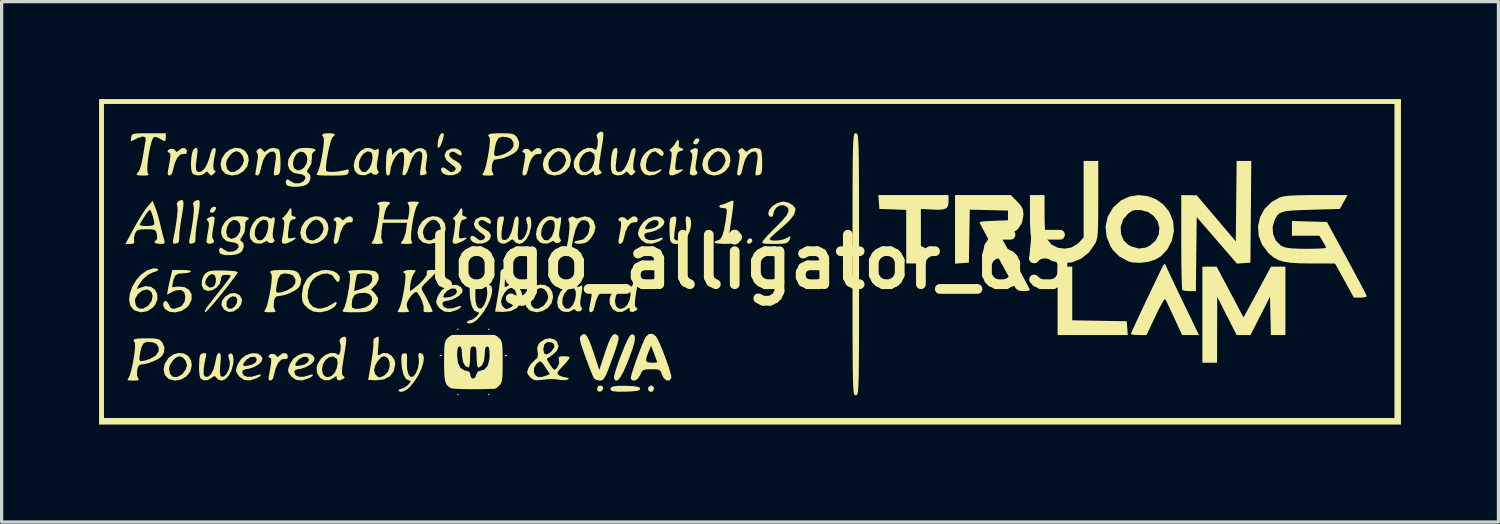
<source format=kicad_pcb>
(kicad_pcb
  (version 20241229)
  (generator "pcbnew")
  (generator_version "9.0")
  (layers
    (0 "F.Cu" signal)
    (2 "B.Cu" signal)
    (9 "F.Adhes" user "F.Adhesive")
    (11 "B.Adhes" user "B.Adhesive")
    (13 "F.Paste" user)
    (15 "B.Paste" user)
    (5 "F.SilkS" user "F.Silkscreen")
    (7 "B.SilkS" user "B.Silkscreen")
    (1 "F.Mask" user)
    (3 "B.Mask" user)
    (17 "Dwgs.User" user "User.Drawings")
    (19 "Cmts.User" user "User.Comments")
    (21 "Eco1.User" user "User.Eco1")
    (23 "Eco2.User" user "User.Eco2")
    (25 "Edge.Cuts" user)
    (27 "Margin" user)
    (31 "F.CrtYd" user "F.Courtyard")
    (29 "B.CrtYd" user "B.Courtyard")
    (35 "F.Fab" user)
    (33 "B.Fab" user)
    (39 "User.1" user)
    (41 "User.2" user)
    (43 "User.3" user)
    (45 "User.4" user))
  (footprint "logo_alligator_65"
    (layer "F.Cu")
    (at 20.039 5.01)
    (property "Reference" "logo_alligator_65" (at 0 0 0) (layer "F.SilkS") (effects (font (size 1.524 1.524) (thickness 0.3))))
    (attr board_only exclude_from_pos_files exclude_from_bom)
    (fp_poly (pts (xy -8.968 2.079) (xy -8.993 2.104) (xy -9.018 2.079) (xy -8.993 2.054)) (stroke (width 0) (type solid)) (fill yes) (layer "F.SilkS"))
    (fp_poly (pts (xy -8.968 4.083) (xy -8.993 4.108) (xy -9.018 4.083) (xy -8.993 4.058)) (stroke (width 0) (type solid)) (fill yes) (layer "F.SilkS"))
    (fp_poly (pts (xy -8.016 2.079) (xy -8.041 2.104) (xy -8.066 2.079) (xy -8.041 2.054)) (stroke (width 0) (type solid)) (fill yes) (layer "F.SilkS"))
    (fp_poly (pts (xy -8.016 4.083) (xy -8.041 4.108) (xy -8.066 4.083) (xy -8.041 4.058)) (stroke (width 0) (type solid)) (fill yes) (layer "F.SilkS"))
    (fp_poly (pts (xy -9.485 2.872) (xy -9.492 2.902) (xy -9.519 2.906) (xy -9.56 2.887) (xy -9.552 2.872) (xy -9.493 2.866)) (stroke (width 0) (type solid)) (fill yes) (layer "F.SilkS"))
    (fp_poly (pts (xy -7.481 2.872) (xy -7.488 2.902) (xy -7.515 2.906) (xy -7.556 2.887) (xy -7.548 2.872) (xy -7.489 2.866)) (stroke (width 0) (type solid)) (fill yes) (layer "F.SilkS"))
    (fp_poly (pts (xy 9.92 1.801) (xy 11.598 1.829) (xy 11.629 2.254) (xy 9.469 2.254) (xy 9.469 0.15) (xy 9.92 0.15)) (stroke (width 0) (type solid)) (fill yes) (layer "F.SilkS"))
    (fp_poly (pts (xy -16.445 -1.684) (xy -16.441 -1.621) (xy -16.499 -1.535) (xy -16.55 -1.512) (xy -16.62 -1.522) (xy -16.624 -1.586) (xy -16.566 -1.672) (xy -16.515 -1.695)) (stroke (width 0) (type solid)) (fill yes) (layer "F.SilkS"))
    (fp_poly (pts (xy -4.531 3.839) (xy -4.519 3.908) (xy -4.565 3.975) (xy -4.622 3.998) (xy -4.693 3.98) (xy -4.709 3.911) (xy -4.676 3.826) (xy -4.605 3.807)) (stroke (width 0) (type solid)) (fill yes) (layer "F.SilkS"))
    (fp_poly (pts (xy -2.969 3.849) (xy -2.956 3.908) (xy -2.991 3.988) (xy -3.067 4.006) (xy -3.131 3.958) (xy -3.138 3.874) (xy -3.073 3.815) (xy -3.028 3.807)) (stroke (width 0) (type solid)) (fill yes) (layer "F.SilkS"))
    (fp_poly (pts (xy -1.566 -3.788) (xy -1.562 -3.725) (xy -1.62 -3.639) (xy -1.671 -3.616) (xy -1.74 -3.626) (xy -1.745 -3.69) (xy -1.686 -3.776) (xy -1.636 -3.799)) (stroke (width 0) (type solid)) (fill yes) (layer "F.SilkS"))
    (fp_poly (pts (xy 0.064 -0.695) (xy 0.068 -0.629) (xy 0.016 -0.571) (xy -0.017 -0.56) (xy -0.087 -0.57) (xy -0.092 -0.634) (xy -0.043 -0.711) (xy 0.001 -0.726)) (stroke (width 0) (type solid)) (fill yes) (layer "F.SilkS"))
    (fp_poly (pts (xy 20.039 5.01) (xy -20.039 5.01) (xy -20.039 4.809) (xy -19.889 4.809) (xy 19.839 4.809) (xy 19.839 -4.86) (xy -19.889 -4.86) (xy -19.889 4.809) (xy -20.039 4.809) (xy -20.039 -5.01) (xy 20.039 -5.01)) (stroke (width 0) (type solid)) (fill yes) (layer "F.SilkS"))
    (fp_poly (pts (xy -9.439 -3.951) (xy -9.423 -3.916) (xy -9.44 -3.828) (xy -9.477 -3.701) (xy -9.526 -3.575) (xy -9.575 -3.511) (xy -9.61 -3.519) (xy -9.619 -3.576) (xy -9.604 -3.731) (xy -9.565 -3.865) (xy -9.513 -3.947) (xy -9.487 -3.958)) (stroke (width 0) (type solid)) (fill yes) (layer "F.SilkS"))
    (fp_poly (pts (xy 6.112 -1.855) (xy 6.1 -1.734) (xy 6.054 -1.657) (xy 5.956 -1.616) (xy 5.791 -1.603) (xy 5.564 -1.611) (xy 5.26 -1.628) (xy 5.26 0.05) (xy 4.809 0.05) (xy 4.809 -1.599) (xy 3.983 -1.628) (xy 3.952 -2.054) (xy 6.112 -2.054)) (stroke (width 0) (type solid)) (fill yes) (layer "F.SilkS"))
    (fp_poly (pts (xy -3.803 3.818) (xy -3.59 3.829) (xy -3.46 3.846) (xy -3.396 3.874) (xy -3.382 3.908) (xy -3.402 3.946) (xy -3.472 3.971) (xy -3.611 3.987) (xy -3.816 3.997) (xy -4.063 3.999) (xy -4.221 3.983) (xy -4.285 3.955) (xy -4.298 3.886) (xy -4.23 3.841) (xy -4.076 3.818) (xy -3.83 3.817)) (stroke (width 0) (type solid)) (fill yes) (layer "F.SilkS"))
    (fp_poly (pts (xy -3.561 2.257) (xy -3.54 2.343) (xy -3.562 2.496) (xy -3.63 2.723) (xy -3.745 3.029) (xy -3.765 3.081) (xy -3.889 3.367) (xy -3.993 3.557) (xy -4.078 3.653) (xy -4.145 3.654) (xy -4.189 3.586) (xy -4.182 3.512) (xy -4.143 3.366) (xy -4.078 3.166) (xy -3.993 2.932) (xy -3.968 2.868) (xy -3.86 2.6) (xy -3.777 2.414) (xy -3.713 2.298) (xy -3.661 2.241) (xy -3.625 2.229)) (stroke (width 0) (type solid)) (fill yes) (layer "F.SilkS"))
    (fp_poly (pts (xy 14.779 0.93) (xy 15.193 1.71) (xy 15.379 1.369) (xy 15.491 1.163) (xy 15.626 0.913) (xy 15.76 0.663) (xy 15.801 0.589) (xy 16.037 0.15) (xy 16.482 0.15) (xy 16.482 2.254) (xy 16.035 2.254) (xy 16.021 1.666) (xy 16.007 1.077) (xy 15.707 1.666) (xy 15.407 2.254) (xy 14.98 2.254) (xy 14.682 1.666) (xy 14.383 1.077) (xy 14.378 3.106) (xy 13.927 3.106) (xy 13.927 0.15) (xy 14.366 0.15)) (stroke (width 0) (type solid)) (fill yes) (layer "F.SilkS"))
    (fp_poly (pts (xy -16.498 -1.38) (xy -16.482 -1.334) (xy -16.491 -1.249) (xy -16.514 -1.104) (xy -16.533 -1) (xy -16.558 -0.825) (xy -16.55 -0.728) (xy -16.527 -0.698) (xy -16.495 -0.633) (xy -16.504 -0.607) (xy -16.573 -0.56) (xy -16.663 -0.556) (xy -16.726 -0.593) (xy -16.733 -0.619) (xy -16.724 -0.705) (xy -16.701 -0.85) (xy -16.682 -0.954) (xy -16.657 -1.123) (xy -16.663 -1.219) (xy -16.695 -1.262) (xy -16.729 -1.307) (xy -16.683 -1.352) (xy -16.572 -1.398)) (stroke (width 0) (type solid)) (fill yes) (layer "F.SilkS"))
    (fp_poly (pts (xy -1.619 -3.484) (xy -1.603 -3.439) (xy -1.612 -3.353) (xy -1.635 -3.208) (xy -1.654 -3.104) (xy -1.679 -2.929) (xy -1.671 -2.832) (xy -1.647 -2.802) (xy -1.616 -2.737) (xy -1.625 -2.711) (xy -1.694 -2.664) (xy -1.783 -2.66) (xy -1.846 -2.697) (xy -1.854 -2.724) (xy -1.845 -2.809) (xy -1.822 -2.954) (xy -1.803 -3.058) (xy -1.778 -3.227) (xy -1.784 -3.323) (xy -1.816 -3.366) (xy -1.85 -3.411) (xy -1.804 -3.456) (xy -1.693 -3.503)) (stroke (width 0) (type solid)) (fill yes) (layer "F.SilkS"))
    (fp_poly (pts (xy 15.405 0.025) (xy 15.197 0.04) (xy 14.989 0.055) (xy 14.371 -0.66) (xy 13.752 -1.376) (xy 13.725 0.902) (xy 13.534 0.902) (xy 13.402 0.894) (xy 13.318 0.874) (xy 13.31 0.868) (xy 13.301 0.812) (xy 13.293 0.667) (xy 13.287 0.449) (xy 13.281 0.169) (xy 13.278 -0.16) (xy 13.276 -0.525) (xy 13.276 -0.61) (xy 13.276 -2.054) (xy 13.514 -2.051) (xy 13.752 -2.048) (xy 14.353 -1.339) (xy 14.954 -0.631) (xy 14.981 -3.106) (xy 15.432 -3.106)) (stroke (width 0) (type solid)) (fill yes) (layer "F.SilkS"))
    (fp_poly (pts (xy -17.464 -1.894) (xy -17.443 -1.853) (xy -17.441 -1.766) (xy -17.457 -1.618) (xy -17.493 -1.393) (xy -17.513 -1.279) (xy -17.546 -1.065) (xy -17.567 -0.878) (xy -17.573 -0.748) (xy -17.571 -0.718) (xy -17.582 -0.615) (xy -17.621 -0.579) (xy -17.73 -0.553) (xy -17.769 -0.595) (xy -17.762 -0.664) (xy -17.711 -0.914) (xy -17.669 -1.163) (xy -17.639 -1.389) (xy -17.623 -1.572) (xy -17.624 -1.69) (xy -17.634 -1.723) (xy -17.649 -1.793) (xy -17.6 -1.866) (xy -17.513 -1.903) (xy -17.503 -1.904)) (stroke (width 0) (type solid)) (fill yes) (layer "F.SilkS"))
    (fp_poly (pts (xy -16.963 -1.894) (xy -16.942 -1.853) (xy -16.94 -1.766) (xy -16.956 -1.618) (xy -16.992 -1.393) (xy -17.012 -1.279) (xy -17.045 -1.065) (xy -17.066 -0.878) (xy -17.072 -0.748) (xy -17.07 -0.718) (xy -17.081 -0.615) (xy -17.12 -0.579) (xy -17.229 -0.553) (xy -17.268 -0.595) (xy -17.261 -0.664) (xy -17.21 -0.914) (xy -17.168 -1.163) (xy -17.138 -1.389) (xy -17.122 -1.572) (xy -17.123 -1.69) (xy -17.133 -1.723) (xy -17.149 -1.793) (xy -17.099 -1.866) (xy -17.012 -1.903) (xy -17.002 -1.904)) (stroke (width 0) (type solid)) (fill yes) (layer "F.SilkS"))
    (fp_poly (pts (xy -15.716 1.025) (xy -15.709 1.031) (xy -15.638 1.161) (xy -15.662 1.306) (xy -15.754 1.43) (xy -15.905 1.53) (xy -16.059 1.544) (xy -16.192 1.469) (xy -16.199 1.461) (xy -16.251 1.369) (xy -16.115 1.369) (xy -16.057 1.444) (xy -15.957 1.442) (xy -15.86 1.374) (xy -15.796 1.266) (xy -15.786 1.152) (xy -15.832 1.077) (xy -15.935 1.063) (xy -16.041 1.119) (xy -16.109 1.22) (xy -16.111 1.228) (xy -16.115 1.369) (xy -16.251 1.369) (xy -16.274 1.329) (xy -16.252 1.196) (xy -16.159 1.075) (xy -16.009 0.976) (xy -15.851 0.959)) (stroke (width 0) (type solid)) (fill yes) (layer "F.SilkS"))
    (fp_poly (pts (xy -17.339 -3.438) (xy -17.334 -3.401) (xy -17.355 -3.323) (xy -17.433 -3.321) (xy -17.437 -3.322) (xy -17.538 -3.301) (xy -17.634 -3.198) (xy -17.712 -3.03) (xy -17.755 -2.852) (xy -17.796 -2.708) (xy -17.859 -2.656) (xy -17.867 -2.655) (xy -17.919 -2.675) (xy -17.926 -2.752) (xy -17.915 -2.818) (xy -17.869 -3.065) (xy -17.846 -3.228) (xy -17.847 -3.321) (xy -17.87 -3.355) (xy -17.879 -3.357) (xy -17.932 -3.382) (xy -17.915 -3.436) (xy -17.849 -3.479) (xy -17.747 -3.472) (xy -17.705 -3.434) (xy -17.651 -3.382) (xy -17.599 -3.415) (xy -17.585 -3.431) (xy -17.49 -3.499) (xy -17.397 -3.5)) (stroke (width 0) (type solid)) (fill yes) (layer "F.SilkS"))
    (fp_poly (pts (xy -14.233 2.874) (xy -14.228 2.912) (xy -14.249 2.989) (xy -14.327 2.992) (xy -14.331 2.991) (xy -14.432 3.012) (xy -14.527 3.115) (xy -14.605 3.283) (xy -14.649 3.461) (xy -14.689 3.604) (xy -14.753 3.657) (xy -14.761 3.657) (xy -14.813 3.637) (xy -14.82 3.56) (xy -14.809 3.494) (xy -14.763 3.247) (xy -14.74 3.084) (xy -14.741 2.992) (xy -14.764 2.957) (xy -14.773 2.956) (xy -14.826 2.93) (xy -14.809 2.877) (xy -14.743 2.833) (xy -14.641 2.841) (xy -14.599 2.878) (xy -14.545 2.931) (xy -14.493 2.897) (xy -14.479 2.881) (xy -14.384 2.814) (xy -14.29 2.813)) (stroke (width 0) (type solid)) (fill yes) (layer "F.SilkS"))
    (fp_poly (pts (xy -12.229 -1.334) (xy -12.224 -1.297) (xy -12.245 -1.219) (xy -12.323 -1.217) (xy -12.327 -1.218) (xy -12.428 -1.197) (xy -12.524 -1.093) (xy -12.601 -0.926) (xy -12.645 -0.748) (xy -12.685 -0.604) (xy -12.749 -0.552) (xy -12.757 -0.551) (xy -12.809 -0.571) (xy -12.816 -0.648) (xy -12.805 -0.714) (xy -12.759 -0.961) (xy -12.736 -1.124) (xy -12.737 -1.217) (xy -12.76 -1.251) (xy -12.769 -1.252) (xy -12.822 -1.278) (xy -12.805 -1.332) (xy -12.739 -1.375) (xy -12.637 -1.368) (xy -12.595 -1.33) (xy -12.541 -1.277) (xy -12.489 -1.311) (xy -12.475 -1.327) (xy -12.38 -1.395) (xy -12.287 -1.396)) (stroke (width 0) (type solid)) (fill yes) (layer "F.SilkS"))
    (fp_poly (pts (xy -6.418 -3.438) (xy -6.413 -3.401) (xy -6.433 -3.323) (xy -6.512 -3.321) (xy -6.516 -3.322) (xy -6.617 -3.301) (xy -6.712 -3.198) (xy -6.79 -3.03) (xy -6.833 -2.852) (xy -6.874 -2.708) (xy -6.938 -2.656) (xy -6.946 -2.655) (xy -6.998 -2.675) (xy -7.005 -2.752) (xy -6.994 -2.818) (xy -6.947 -3.065) (xy -6.925 -3.228) (xy -6.926 -3.321) (xy -6.949 -3.355) (xy -6.957 -3.357) (xy -7.011 -3.382) (xy -6.994 -3.436) (xy -6.927 -3.479) (xy -6.826 -3.472) (xy -6.784 -3.434) (xy -6.73 -3.382) (xy -6.677 -3.415) (xy -6.664 -3.431) (xy -6.568 -3.499) (xy -6.475 -3.5)) (stroke (width 0) (type solid)) (fill yes) (layer "F.SilkS"))
    (fp_poly (pts (xy -4.364 0.77) (xy -4.359 0.807) (xy -4.379 0.885) (xy -4.458 0.887) (xy -4.462 0.886) (xy -4.563 0.907) (xy -4.658 1.011) (xy -4.736 1.179) (xy -4.779 1.356) (xy -4.82 1.5) (xy -4.884 1.553) (xy -4.891 1.553) (xy -4.944 1.533) (xy -4.951 1.456) (xy -4.94 1.39) (xy -4.893 1.143) (xy -4.871 0.98) (xy -4.872 0.888) (xy -4.895 0.853) (xy -4.903 0.852) (xy -4.957 0.826) (xy -4.94 0.773) (xy -4.873 0.729) (xy -4.772 0.737) (xy -4.73 0.774) (xy -4.676 0.827) (xy -4.623 0.793) (xy -4.61 0.777) (xy -4.514 0.709) (xy -4.421 0.708)) (stroke (width 0) (type solid)) (fill yes) (layer "F.SilkS"))
    (fp_poly (pts (xy -3.462 -1.334) (xy -3.457 -1.297) (xy -3.478 -1.219) (xy -3.556 -1.217) (xy -3.56 -1.218) (xy -3.661 -1.197) (xy -3.756 -1.093) (xy -3.834 -0.926) (xy -3.877 -0.748) (xy -3.918 -0.604) (xy -3.982 -0.552) (xy -3.99 -0.551) (xy -4.042 -0.571) (xy -4.049 -0.648) (xy -4.038 -0.714) (xy -3.991 -0.961) (xy -3.969 -1.124) (xy -3.97 -1.217) (xy -3.993 -1.251) (xy -4.001 -1.252) (xy -4.055 -1.278) (xy -4.038 -1.332) (xy -3.972 -1.375) (xy -3.87 -1.368) (xy -3.828 -1.33) (xy -3.774 -1.277) (xy -3.721 -1.311) (xy -3.708 -1.327) (xy -3.613 -1.395) (xy -3.519 -1.396)) (stroke (width 0) (type solid)) (fill yes) (layer "F.SilkS"))
    (fp_poly (pts (xy -2.762 -3.474) (xy -2.672 -3.389) (xy -2.655 -3.322) (xy -2.686 -3.263) (xy -2.756 -3.272) (xy -2.829 -3.338) (xy -2.917 -3.399) (xy -3.014 -3.378) (xy -3.104 -3.292) (xy -3.174 -3.155) (xy -3.206 -2.983) (xy -3.206 -2.954) (xy -3.185 -2.838) (xy -3.106 -2.783) (xy -3.086 -2.777) (xy -2.949 -2.775) (xy -2.864 -2.801) (xy -2.754 -2.849) (xy -2.719 -2.841) (xy -2.766 -2.782) (xy -2.799 -2.754) (xy -2.942 -2.679) (xy -3.104 -2.657) (xy -3.236 -2.694) (xy -3.301 -2.764) (xy -3.352 -2.846) (xy -3.385 -3.004) (xy -3.341 -3.175) (xy -3.24 -3.333) (xy -3.099 -3.452) (xy -2.933 -3.506) (xy -2.909 -3.507)) (stroke (width 0) (type solid)) (fill yes) (layer "F.SilkS"))
    (fp_poly (pts (xy -17.433 2.82) (xy -17.298 2.896) (xy -17.209 3.033) (xy -17.184 3.186) (xy -17.228 3.372) (xy -17.345 3.523) (xy -17.51 3.622) (xy -17.697 3.657) (xy -17.881 3.612) (xy -17.901 3.602) (xy -18.015 3.482) (xy -18.054 3.315) (xy -18.049 3.294) (xy -17.885 3.294) (xy -17.852 3.454) (xy -17.763 3.541) (xy -17.637 3.547) (xy -17.492 3.467) (xy -17.457 3.434) (xy -17.372 3.314) (xy -17.334 3.192) (xy -17.334 3.187) (xy -17.37 3.05) (xy -17.46 2.944) (xy -17.565 2.906) (xy -17.673 2.948) (xy -17.781 3.053) (xy -17.861 3.186) (xy -17.885 3.294) (xy -18.049 3.294) (xy -18.015 3.135) (xy -17.904 2.961) (xy -17.756 2.851) (xy -17.592 2.804)) (stroke (width 0) (type solid)) (fill yes) (layer "F.SilkS"))
    (fp_poly (pts (xy -15.679 -3.493) (xy -15.545 -3.416) (xy -15.456 -3.28) (xy -15.43 -3.126) (xy -15.475 -2.94) (xy -15.592 -2.79) (xy -15.756 -2.69) (xy -15.943 -2.656) (xy -16.128 -2.7) (xy -16.147 -2.711) (xy -16.261 -2.83) (xy -16.3 -2.997) (xy -16.296 -3.018) (xy -16.132 -3.018) (xy -16.098 -2.858) (xy -16.009 -2.772) (xy -15.883 -2.766) (xy -15.739 -2.846) (xy -15.704 -2.878) (xy -15.618 -2.999) (xy -15.581 -3.12) (xy -15.581 -3.125) (xy -15.617 -3.262) (xy -15.706 -3.368) (xy -15.812 -3.407) (xy -15.92 -3.364) (xy -16.027 -3.259) (xy -16.107 -3.126) (xy -16.132 -3.018) (xy -16.296 -3.018) (xy -16.262 -3.177) (xy -16.15 -3.352) (xy -16.002 -3.462) (xy -15.839 -3.508)) (stroke (width 0) (type solid)) (fill yes) (layer "F.SilkS"))
    (fp_poly (pts (xy -13.225 -1.389) (xy -13.09 -1.312) (xy -13.001 -1.176) (xy -12.976 -1.022) (xy -13.02 -0.836) (xy -13.137 -0.686) (xy -13.302 -0.586) (xy -13.488 -0.551) (xy -13.673 -0.596) (xy -13.692 -0.607) (xy -13.806 -0.726) (xy -13.845 -0.893) (xy -13.841 -0.914) (xy -13.677 -0.914) (xy -13.643 -0.754) (xy -13.554 -0.668) (xy -13.429 -0.662) (xy -13.284 -0.742) (xy -13.249 -0.774) (xy -13.164 -0.894) (xy -13.126 -1.016) (xy -13.126 -1.021) (xy -13.162 -1.158) (xy -13.252 -1.264) (xy -13.357 -1.303) (xy -13.465 -1.26) (xy -13.573 -1.155) (xy -13.652 -1.022) (xy -13.677 -0.914) (xy -13.841 -0.914) (xy -13.807 -1.073) (xy -13.696 -1.248) (xy -13.548 -1.358) (xy -13.384 -1.404)) (stroke (width 0) (type solid)) (fill yes) (layer "F.SilkS"))
    (fp_poly (pts (xy -9.617 -1.389) (xy -9.483 -1.312) (xy -9.394 -1.176) (xy -9.368 -1.022) (xy -9.413 -0.836) (xy -9.53 -0.686) (xy -9.694 -0.586) (xy -9.881 -0.551) (xy -10.066 -0.596) (xy -10.085 -0.607) (xy -10.199 -0.726) (xy -10.238 -0.893) (xy -10.234 -0.914) (xy -10.07 -0.914) (xy -10.036 -0.754) (xy -9.947 -0.668) (xy -9.822 -0.662) (xy -9.677 -0.742) (xy -9.642 -0.774) (xy -9.556 -0.894) (xy -9.519 -1.016) (xy -9.519 -1.021) (xy -9.555 -1.158) (xy -9.644 -1.264) (xy -9.75 -1.303) (xy -9.858 -1.26) (xy -9.966 -1.155) (xy -10.045 -1.022) (xy -10.07 -0.914) (xy -10.234 -0.914) (xy -10.2 -1.073) (xy -10.088 -1.248) (xy -9.941 -1.358) (xy -9.777 -1.404)) (stroke (width 0) (type solid)) (fill yes) (layer "F.SilkS"))
    (fp_poly (pts (xy -6.311 0.716) (xy -6.176 0.792) (xy -6.087 0.928) (xy -6.062 1.082) (xy -6.106 1.268) (xy -6.223 1.418) (xy -6.388 1.518) (xy -6.575 1.553) (xy -6.759 1.508) (xy -6.779 1.497) (xy -6.893 1.378) (xy -6.932 1.211) (xy -6.927 1.19) (xy -6.763 1.19) (xy -6.73 1.35) (xy -6.641 1.436) (xy -6.515 1.443) (xy -6.371 1.363) (xy -6.335 1.33) (xy -6.25 1.21) (xy -6.212 1.088) (xy -6.212 1.083) (xy -6.249 0.946) (xy -6.338 0.84) (xy -6.444 0.802) (xy -6.551 0.844) (xy -6.659 0.949) (xy -6.739 1.082) (xy -6.763 1.19) (xy -6.927 1.19) (xy -6.894 1.031) (xy -6.782 0.856) (xy -6.634 0.746) (xy -6.47 0.7)) (stroke (width 0) (type solid)) (fill yes) (layer "F.SilkS"))
    (fp_poly (pts (xy -5.76 -3.493) (xy -5.625 -3.416) (xy -5.536 -3.28) (xy -5.511 -3.126) (xy -5.555 -2.94) (xy -5.672 -2.79) (xy -5.837 -2.69) (xy -6.024 -2.656) (xy -6.208 -2.7) (xy -6.228 -2.711) (xy -6.342 -2.83) (xy -6.381 -2.997) (xy -6.376 -3.018) (xy -6.212 -3.018) (xy -6.179 -2.858) (xy -6.09 -2.772) (xy -5.964 -2.766) (xy -5.819 -2.846) (xy -5.784 -2.878) (xy -5.699 -2.999) (xy -5.661 -3.12) (xy -5.661 -3.125) (xy -5.697 -3.262) (xy -5.787 -3.368) (xy -5.892 -3.407) (xy -6 -3.364) (xy -6.108 -3.259) (xy -6.188 -3.126) (xy -6.212 -3.018) (xy -6.376 -3.018) (xy -6.342 -3.177) (xy -6.231 -3.352) (xy -6.083 -3.462) (xy -5.919 -3.508)) (stroke (width 0) (type solid)) (fill yes) (layer "F.SilkS"))
    (fp_poly (pts (xy -1.852 -1.362) (xy -1.815 -1.254) (xy -1.817 -1.105) (xy -1.857 -0.937) (xy -1.932 -0.776) (xy -1.985 -0.703) (xy -2.111 -0.599) (xy -2.252 -0.55) (xy -2.376 -0.562) (xy -2.439 -0.614) (xy -2.46 -0.693) (xy -2.475 -0.84) (xy -2.48 -1.015) (xy -2.476 -1.201) (xy -2.459 -1.31) (xy -2.424 -1.365) (xy -2.388 -1.383) (xy -2.313 -1.398) (xy -2.275 -1.37) (xy -2.269 -1.284) (xy -2.292 -1.122) (xy -2.304 -1.056) (xy -2.328 -0.888) (xy -2.337 -0.757) (xy -2.329 -0.7) (xy -2.253 -0.653) (xy -2.151 -0.692) (xy -2.053 -0.789) (xy -1.984 -0.9) (xy -1.962 -1.022) (xy -1.971 -1.165) (xy -1.982 -1.315) (xy -1.965 -1.387) (xy -1.93 -1.403)) (stroke (width 0) (type solid)) (fill yes) (layer "F.SilkS"))
    (fp_poly (pts (xy -0.85 -3.493) (xy -0.716 -3.416) (xy -0.626 -3.28) (xy -0.601 -3.126) (xy -0.646 -2.94) (xy -0.763 -2.79) (xy -0.927 -2.69) (xy -1.114 -2.656) (xy -1.299 -2.7) (xy -1.318 -2.711) (xy -1.432 -2.83) (xy -1.471 -2.997) (xy -1.466 -3.018) (xy -1.303 -3.018) (xy -1.269 -2.858) (xy -1.18 -2.772) (xy -1.054 -2.766) (xy -0.91 -2.846) (xy -0.874 -2.878) (xy -0.789 -2.999) (xy -0.752 -3.12) (xy -0.751 -3.125) (xy -0.788 -3.262) (xy -0.877 -3.368) (xy -0.983 -3.407) (xy -1.091 -3.364) (xy -1.198 -3.259) (xy -1.278 -3.126) (xy -1.303 -3.018) (xy -1.466 -3.018) (xy -1.433 -3.177) (xy -1.321 -3.352) (xy -1.173 -3.462) (xy -1.01 -3.508)) (stroke (width 0) (type solid)) (fill yes) (layer "F.SilkS"))
    (fp_poly (pts (xy -8.929 -3.432) (xy -8.899 -3.397) (xy -8.868 -3.306) (xy -8.906 -3.272) (xy -8.99 -3.308) (xy -9.016 -3.33) (xy -9.116 -3.387) (xy -9.191 -3.389) (xy -9.262 -3.328) (xy -9.247 -3.246) (xy -9.152 -3.158) (xy -9.08 -3.119) (xy -8.938 -3.025) (xy -8.877 -2.923) (xy -8.904 -2.807) (xy -9.002 -2.719) (xy -9.144 -2.668) (xy -9.302 -2.665) (xy -9.431 -2.709) (xy -9.501 -2.781) (xy -9.515 -2.858) (xy -9.47 -2.904) (xy -9.45 -2.906) (xy -9.362 -2.87) (xy -9.318 -2.831) (xy -9.214 -2.761) (xy -9.11 -2.788) (xy -9.075 -2.823) (xy -9.058 -2.878) (xy -9.11 -2.942) (xy -9.206 -3.011) (xy -9.354 -3.139) (xy -9.406 -3.266) (xy -9.36 -3.389) (xy -9.325 -3.426) (xy -9.196 -3.489) (xy -9.05 -3.49)) (stroke (width 0) (type solid)) (fill yes) (layer "F.SilkS"))
    (fp_poly (pts (xy -8.027 -1.327) (xy -7.998 -1.292) (xy -7.967 -1.202) (xy -8.004 -1.168) (xy -8.088 -1.204) (xy -8.114 -1.225) (xy -8.214 -1.282) (xy -8.289 -1.285) (xy -8.361 -1.224) (xy -8.346 -1.142) (xy -8.251 -1.054) (xy -8.179 -1.015) (xy -8.036 -0.921) (xy -7.975 -0.819) (xy -8.002 -0.703) (xy -8.1 -0.614) (xy -8.242 -0.563) (xy -8.401 -0.561) (xy -8.529 -0.605) (xy -8.599 -0.677) (xy -8.613 -0.754) (xy -8.568 -0.799) (xy -8.548 -0.802) (xy -8.46 -0.766) (xy -8.417 -0.726) (xy -8.313 -0.657) (xy -8.208 -0.684) (xy -8.173 -0.718) (xy -8.156 -0.774) (xy -8.208 -0.838) (xy -8.304 -0.906) (xy -8.452 -1.034) (xy -8.504 -1.162) (xy -8.458 -1.285) (xy -8.423 -1.322) (xy -8.294 -1.385) (xy -8.148 -1.386)) (stroke (width 0) (type solid)) (fill yes) (layer "F.SilkS"))
    (fp_poly (pts (xy -14.121 -1.636) (xy -14.112 -1.548) (xy -14.116 -1.528) (xy -14.116 -1.431) (xy -14.059 -1.403) (xy -14.059 -1.403) (xy -13.988 -1.377) (xy -13.978 -1.353) (xy -14.019 -1.311) (xy -14.071 -1.303) (xy -14.134 -1.28) (xy -14.173 -1.196) (xy -14.196 -1.07) (xy -14.22 -0.881) (xy -14.224 -0.771) (xy -14.203 -0.724) (xy -14.152 -0.72) (xy -14.103 -0.731) (xy -14.001 -0.745) (xy -13.987 -0.721) (xy -14.058 -0.665) (xy -14.125 -0.628) (xy -14.291 -0.559) (xy -14.389 -0.56) (xy -14.417 -0.629) (xy -14.412 -0.664) (xy -14.389 -0.779) (xy -14.363 -0.945) (xy -14.35 -1.04) (xy -14.335 -1.198) (xy -14.345 -1.28) (xy -14.383 -1.304) (xy -14.384 -1.304) (xy -14.409 -1.327) (xy -14.348 -1.391) (xy -14.256 -1.489) (xy -14.212 -1.566) (xy -14.163 -1.645)) (stroke (width 0) (type solid)) (fill yes) (layer "F.SilkS"))
    (fp_poly (pts (xy -8.861 -1.636) (xy -8.852 -1.548) (xy -8.855 -1.528) (xy -8.856 -1.431) (xy -8.798 -1.403) (xy -8.798 -1.403) (xy -8.728 -1.377) (xy -8.717 -1.353) (xy -8.759 -1.311) (xy -8.811 -1.303) (xy -8.873 -1.28) (xy -8.913 -1.196) (xy -8.936 -1.07) (xy -8.96 -0.881) (xy -8.964 -0.771) (xy -8.943 -0.724) (xy -8.892 -0.72) (xy -8.842 -0.731) (xy -8.741 -0.745) (xy -8.727 -0.721) (xy -8.798 -0.665) (xy -8.865 -0.628) (xy -9.031 -0.559) (xy -9.129 -0.56) (xy -9.157 -0.629) (xy -9.151 -0.664) (xy -9.129 -0.779) (xy -9.102 -0.945) (xy -9.089 -1.04) (xy -9.074 -1.198) (xy -9.084 -1.28) (xy -9.122 -1.304) (xy -9.124 -1.304) (xy -9.148 -1.327) (xy -9.088 -1.391) (xy -8.996 -1.489) (xy -8.951 -1.566) (xy -8.902 -1.645)) (stroke (width 0) (type solid)) (fill yes) (layer "F.SilkS"))
    (fp_poly (pts (xy -2.197 -3.74) (xy -2.189 -3.653) (xy -2.192 -3.632) (xy -2.192 -3.535) (xy -2.135 -3.507) (xy -2.135 -3.507) (xy -2.065 -3.482) (xy -2.054 -3.457) (xy -2.096 -3.415) (xy -2.147 -3.407) (xy -2.21 -3.384) (xy -2.25 -3.301) (xy -2.273 -3.174) (xy -2.297 -2.985) (xy -2.301 -2.876) (xy -2.28 -2.828) (xy -2.229 -2.824) (xy -2.179 -2.835) (xy -2.078 -2.849) (xy -2.064 -2.825) (xy -2.135 -2.769) (xy -2.202 -2.732) (xy -2.368 -2.663) (xy -2.466 -2.664) (xy -2.494 -2.733) (xy -2.488 -2.768) (xy -2.466 -2.883) (xy -2.439 -3.049) (xy -2.426 -3.144) (xy -2.411 -3.302) (xy -2.421 -3.384) (xy -2.459 -3.408) (xy -2.461 -3.408) (xy -2.485 -3.431) (xy -2.425 -3.495) (xy -2.333 -3.593) (xy -2.288 -3.67) (xy -2.239 -3.749)) (stroke (width 0) (type solid)) (fill yes) (layer "F.SilkS"))
    (fp_poly (pts (xy 10.721 -1.927) (xy 10.72 -1.547) (xy 10.718 -1.253) (xy 10.712 -1.032) (xy 10.702 -0.869) (xy 10.688 -0.75) (xy 10.668 -0.663) (xy 10.64 -0.592) (xy 10.625 -0.562) (xy 10.435 -0.289) (xy 10.19 -0.094) (xy 9.907 0.018) (xy 9.598 0.041) (xy 9.3 -0.023) (xy 9.042 -0.166) (xy 8.827 -0.384) (xy 8.712 -0.576) (xy 8.671 -0.686) (xy 8.643 -0.817) (xy 8.627 -0.993) (xy 8.619 -1.234) (xy 8.618 -1.415) (xy 8.617 -2.054) (xy 9.068 -2.054) (xy 9.068 -1.45) (xy 9.072 -1.149) (xy 9.087 -0.931) (xy 9.113 -0.781) (xy 9.144 -0.7) (xy 9.28 -0.536) (xy 9.468 -0.437) (xy 9.683 -0.405) (xy 9.898 -0.443) (xy 10.086 -0.553) (xy 10.131 -0.597) (xy 10.27 -0.753) (xy 10.27 -3.106) (xy 10.721 -3.106)) (stroke (width 0) (type solid)) (fill yes) (layer "F.SilkS"))
    (fp_poly (pts (xy 12.799 0.107) (xy 12.817 0.15) (xy 12.853 0.231) (xy 12.925 0.387) (xy 13.027 0.603) (xy 13.151 0.864) (xy 13.291 1.154) (xy 13.344 1.265) (xy 13.822 2.254) (xy 13.301 2.254) (xy 13.054 1.716) (xy 12.955 1.502) (xy 12.87 1.322) (xy 12.808 1.195) (xy 12.778 1.142) (xy 12.747 1.17) (xy 12.684 1.275) (xy 12.596 1.438) (xy 12.494 1.646) (xy 12.478 1.68) (xy 12.207 2.254) (xy 11.965 2.254) (xy 11.825 2.248) (xy 11.738 2.233) (xy 11.723 2.222) (xy 11.744 2.172) (xy 11.8 2.046) (xy 11.885 1.861) (xy 11.992 1.633) (xy 12.112 1.376) (xy 12.239 1.107) (xy 12.366 0.84) (xy 12.485 0.592) (xy 12.588 0.378) (xy 12.668 0.213) (xy 12.719 0.113) (xy 12.725 0.102) (xy 12.763 0.062)) (stroke (width 0) (type solid)) (fill yes) (layer "F.SilkS"))
    (fp_poly (pts (xy -4.077 2.264) (xy -4.074 2.267) (xy -4.048 2.313) (xy -4.048 2.389) (xy -4.077 2.512) (xy -4.139 2.701) (xy -4.177 2.808) (xy -4.286 3.111) (xy -4.369 3.332) (xy -4.433 3.484) (xy -4.485 3.579) (xy -4.531 3.632) (xy -4.578 3.653) (xy -4.625 3.657) (xy -4.74 3.633) (xy -4.797 3.595) (xy -4.833 3.525) (xy -4.894 3.382) (xy -4.971 3.185) (xy -5.056 2.955) (xy -5.062 2.94) (xy -5.15 2.693) (xy -5.206 2.522) (xy -5.234 2.41) (xy -5.236 2.339) (xy -5.216 2.292) (xy -5.196 2.268) (xy -5.129 2.223) (xy -5.067 2.236) (xy -5.003 2.315) (xy -4.931 2.47) (xy -4.844 2.71) (xy -4.808 2.816) (xy -4.64 3.33) (xy -4.464 2.793) (xy -4.369 2.523) (xy -4.289 2.343) (xy -4.217 2.245) (xy -4.148 2.222)) (stroke (width 0) (type solid)) (fill yes) (layer "F.SilkS"))
    (fp_poly (pts (xy -0.512 -1.881) (xy -0.509 -1.825) (xy -0.521 -1.691) (xy -0.545 -1.502) (xy -0.57 -1.333) (xy -0.611 -1.061) (xy -0.636 -0.874) (xy -0.645 -0.754) (xy -0.636 -0.688) (xy -0.61 -0.659) (xy -0.566 -0.651) (xy -0.551 -0.651) (xy -0.47 -0.63) (xy -0.451 -0.601) (xy -0.497 -0.575) (xy -0.619 -0.557) (xy -0.777 -0.551) (xy -0.942 -0.558) (xy -1.06 -0.575) (xy -1.102 -0.598) (xy -1.06 -0.64) (xy -0.989 -0.66) (xy -0.915 -0.7) (xy -0.853 -0.803) (xy -0.8 -0.981) (xy -0.753 -1.243) (xy -0.732 -1.39) (xy -0.715 -1.543) (xy -0.72 -1.621) (xy -0.757 -1.649) (xy -0.825 -1.653) (xy -0.92 -1.67) (xy -0.952 -1.703) (xy -0.912 -1.75) (xy -0.889 -1.754) (xy -0.804 -1.776) (xy -0.684 -1.829) (xy -0.681 -1.83) (xy -0.576 -1.875) (xy -0.514 -1.883)) (stroke (width 0) (type solid)) (fill yes) (layer "F.SilkS"))
    (fp_poly (pts (xy -17.012 -3.482) (xy -17.008 -3.384) (xy -17.03 -3.204) (xy -17.037 -3.158) (xy -17.061 -2.947) (xy -17.049 -2.82) (xy -16.995 -2.766) (xy -16.898 -2.776) (xy -16.895 -2.777) (xy -16.808 -2.849) (xy -16.72 -2.995) (xy -16.645 -3.191) (xy -16.606 -3.344) (xy -16.561 -3.464) (xy -16.498 -3.507) (xy -16.446 -3.48) (xy -16.452 -3.387) (xy -16.453 -3.382) (xy -16.501 -3.152) (xy -16.522 -2.968) (xy -16.514 -2.847) (xy -16.479 -2.806) (xy -16.447 -2.786) (xy -16.496 -2.722) (xy -16.5 -2.718) (xy -16.571 -2.659) (xy -16.618 -2.673) (xy -16.654 -2.718) (xy -16.712 -2.778) (xy -16.763 -2.753) (xy -16.783 -2.731) (xy -16.884 -2.67) (xy -17.016 -2.659) (xy -17.132 -2.696) (xy -17.176 -2.743) (xy -17.204 -2.856) (xy -17.212 -3.019) (xy -17.201 -3.196) (xy -17.174 -3.354) (xy -17.134 -3.46) (xy -17.115 -3.48) (xy -17.047 -3.51)) (stroke (width 0) (type solid)) (fill yes) (layer "F.SilkS"))
    (fp_poly (pts (xy -4.087 -3.482) (xy -4.082 -3.384) (xy -4.104 -3.204) (xy -4.112 -3.158) (xy -4.136 -2.947) (xy -4.123 -2.82) (xy -4.07 -2.766) (xy -3.972 -2.776) (xy -3.97 -2.777) (xy -3.882 -2.849) (xy -3.794 -2.995) (xy -3.719 -3.191) (xy -3.681 -3.344) (xy -3.636 -3.464) (xy -3.573 -3.507) (xy -3.521 -3.48) (xy -3.526 -3.387) (xy -3.527 -3.382) (xy -3.576 -3.152) (xy -3.596 -2.968) (xy -3.588 -2.847) (xy -3.553 -2.806) (xy -3.521 -2.786) (xy -3.57 -2.722) (xy -3.574 -2.718) (xy -3.645 -2.659) (xy -3.692 -2.673) (xy -3.729 -2.718) (xy -3.787 -2.778) (xy -3.837 -2.753) (xy -3.857 -2.731) (xy -3.959 -2.67) (xy -4.091 -2.659) (xy -4.206 -2.696) (xy -4.25 -2.743) (xy -4.279 -2.856) (xy -4.286 -3.019) (xy -4.275 -3.196) (xy -4.248 -3.354) (xy -4.208 -3.46) (xy -4.189 -3.48) (xy -4.122 -3.51)) (stroke (width 0) (type solid)) (fill yes) (layer "F.SilkS"))
    (fp_poly (pts (xy -12.855 0.278) (xy -12.711 0.351) (xy -12.632 0.455) (xy -12.625 0.501) (xy -12.65 0.603) (xy -12.705 0.621) (xy -12.765 0.55) (xy -12.772 0.534) (xy -12.862 0.415) (xy -13.001 0.362) (xy -13.163 0.372) (xy -13.327 0.44) (xy -13.468 0.562) (xy -13.529 0.656) (xy -13.609 0.883) (xy -13.618 1.091) (xy -13.564 1.264) (xy -13.453 1.386) (xy -13.292 1.44) (xy -13.186 1.435) (xy -13.018 1.385) (xy -12.867 1.304) (xy -12.864 1.302) (xy -12.77 1.241) (xy -12.731 1.242) (xy -12.725 1.277) (xy -12.77 1.365) (xy -12.886 1.45) (xy -13.046 1.517) (xy -13.219 1.551) (xy -13.263 1.553) (xy -13.444 1.53) (xy -13.594 1.445) (xy -13.636 1.409) (xy -13.736 1.305) (xy -13.783 1.201) (xy -13.796 1.049) (xy -13.796 1.018) (xy -13.753 0.74) (xy -13.63 0.514) (xy -13.439 0.351) (xy -13.192 0.263) (xy -13.042 0.25)) (stroke (width 0) (type solid)) (fill yes) (layer "F.SilkS"))
    (fp_poly (pts (xy -14.539 -3.481) (xy -14.494 -3.444) (xy -14.473 -3.365) (xy -14.459 -3.217) (xy -14.453 -3.043) (xy -14.458 -2.857) (xy -14.474 -2.748) (xy -14.509 -2.693) (xy -14.545 -2.675) (xy -14.63 -2.66) (xy -14.657 -2.666) (xy -14.659 -2.722) (xy -14.646 -2.848) (xy -14.622 -3.001) (xy -14.595 -3.213) (xy -14.608 -3.341) (xy -14.665 -3.395) (xy -14.769 -3.385) (xy -14.775 -3.383) (xy -14.891 -3.297) (xy -14.987 -3.13) (xy -15.053 -2.899) (xy -15.06 -2.861) (xy -15.098 -2.721) (xy -15.15 -2.657) (xy -15.161 -2.655) (xy -15.224 -2.679) (xy -15.23 -2.696) (xy -15.221 -2.764) (xy -15.199 -2.898) (xy -15.176 -3.029) (xy -15.149 -3.211) (xy -15.153 -3.316) (xy -15.178 -3.356) (xy -15.199 -3.406) (xy -15.152 -3.459) (xy -15.078 -3.501) (xy -15.019 -3.459) (xy -15.006 -3.442) (xy -14.949 -3.384) (xy -14.898 -3.41) (xy -14.88 -3.431) (xy -14.784 -3.488) (xy -14.655 -3.505)) (stroke (width 0) (type solid)) (fill yes) (layer "F.SilkS"))
    (fp_poly (pts (xy -12.831 -3.949) (xy -12.781 -3.919) (xy -12.818 -3.862) (xy -12.848 -3.838) (xy -12.887 -3.767) (xy -12.931 -3.623) (xy -12.975 -3.436) (xy -13.014 -3.233) (xy -13.043 -3.041) (xy -13.056 -2.888) (xy -13.048 -2.801) (xy -13.046 -2.798) (xy -12.98 -2.772) (xy -12.847 -2.768) (xy -12.679 -2.782) (xy -12.506 -2.814) (xy -12.44 -2.832) (xy -12.362 -2.844) (xy -12.351 -2.793) (xy -12.359 -2.76) (xy -12.378 -2.712) (xy -12.419 -2.682) (xy -12.502 -2.665) (xy -12.644 -2.657) (xy -12.866 -2.655) (xy -12.887 -2.655) (xy -13.114 -2.657) (xy -13.255 -2.662) (xy -13.326 -2.676) (xy -13.343 -2.699) (xy -13.321 -2.736) (xy -13.32 -2.737) (xy -13.28 -2.823) (xy -13.236 -2.975) (xy -13.194 -3.167) (xy -13.157 -3.374) (xy -13.13 -3.568) (xy -13.118 -3.725) (xy -13.125 -3.819) (xy -13.131 -3.83) (xy -13.173 -3.902) (xy -13.129 -3.944) (xy -12.992 -3.958) (xy -12.976 -3.958)) (stroke (width 0) (type solid)) (fill yes) (layer "F.SilkS"))
    (fp_poly (pts (xy -11.428 2.35) (xy -11.431 2.468) (xy -11.444 2.618) (xy -11.46 2.786) (xy -11.458 2.87) (xy -11.436 2.884) (xy -11.416 2.868) (xy -11.291 2.804) (xy -11.153 2.817) (xy -11.029 2.895) (xy -10.944 3.021) (xy -10.921 3.14) (xy -10.964 3.36) (xy -11.084 3.523) (xy -11.273 3.621) (xy -11.512 3.647) (xy -11.755 3.636) (xy -11.702 3.334) (xy -11.573 3.334) (xy -11.539 3.457) (xy -11.457 3.541) (xy -11.399 3.557) (xy -11.32 3.53) (xy -11.237 3.482) (xy -11.141 3.372) (xy -11.095 3.232) (xy -11.097 3.089) (xy -11.146 2.972) (xy -11.239 2.91) (xy -11.275 2.906) (xy -11.366 2.948) (xy -11.462 3.055) (xy -11.538 3.191) (xy -11.572 3.325) (xy -11.573 3.334) (xy -11.702 3.334) (xy -11.663 3.108) (xy -11.627 2.879) (xy -11.603 2.678) (xy -11.593 2.531) (xy -11.597 2.473) (xy -11.58 2.368) (xy -11.487 2.31) (xy -11.437 2.305)) (stroke (width 0) (type solid)) (fill yes) (layer "F.SilkS"))
    (fp_poly (pts (xy -10.071 2.844) (xy -10.04 2.946) (xy -10.056 3.097) (xy -10.111 3.278) (xy -10.201 3.474) (xy -10.319 3.666) (xy -10.46 3.838) (xy -10.544 3.919) (xy -10.651 3.983) (xy -10.752 4.005) (xy -10.815 3.982) (xy -10.821 3.958) (xy -10.78 3.916) (xy -10.73 3.908) (xy -10.634 3.873) (xy -10.527 3.789) (xy -10.521 3.782) (xy -10.45 3.698) (xy -10.449 3.663) (xy -10.486 3.657) (xy -10.588 3.61) (xy -10.667 3.475) (xy -10.717 3.264) (xy -10.729 3.131) (xy -10.735 2.963) (xy -10.725 2.87) (xy -10.691 2.828) (xy -10.646 2.816) (xy -10.59 2.817) (xy -10.562 2.855) (xy -10.556 2.952) (xy -10.561 3.092) (xy -10.556 3.297) (xy -10.52 3.451) (xy -10.459 3.536) (xy -10.381 3.538) (xy -10.373 3.533) (xy -10.288 3.434) (xy -10.224 3.276) (xy -10.193 3.098) (xy -10.199 2.978) (xy -10.212 2.859) (xy -10.185 2.811) (xy -10.154 2.806)) (stroke (width 0) (type solid)) (fill yes) (layer "F.SilkS"))
    (fp_poly (pts (xy -7.967 0.739) (xy -7.936 0.842) (xy -7.951 0.993) (xy -8.007 1.174) (xy -8.097 1.369) (xy -8.215 1.562) (xy -8.356 1.734) (xy -8.44 1.814) (xy -8.547 1.879) (xy -8.648 1.901) (xy -8.71 1.878) (xy -8.717 1.854) (xy -8.676 1.812) (xy -8.626 1.804) (xy -8.53 1.769) (xy -8.423 1.685) (xy -8.417 1.678) (xy -8.346 1.594) (xy -8.345 1.558) (xy -8.382 1.553) (xy -8.484 1.506) (xy -8.563 1.371) (xy -8.613 1.16) (xy -8.625 1.027) (xy -8.631 0.859) (xy -8.621 0.766) (xy -8.587 0.724) (xy -8.542 0.712) (xy -8.486 0.713) (xy -8.458 0.751) (xy -8.452 0.848) (xy -8.457 0.988) (xy -8.452 1.193) (xy -8.416 1.346) (xy -8.355 1.432) (xy -8.277 1.434) (xy -8.269 1.429) (xy -8.184 1.33) (xy -8.12 1.171) (xy -8.089 0.994) (xy -8.095 0.874) (xy -8.108 0.755) (xy -8.081 0.707) (xy -8.05 0.701)) (stroke (width 0) (type solid)) (fill yes) (layer "F.SilkS"))
    (fp_poly (pts (xy -7.52 0.246) (xy -7.523 0.364) (xy -7.537 0.514) (xy -7.552 0.682) (xy -7.55 0.766) (xy -7.528 0.78) (xy -7.508 0.764) (xy -7.383 0.7) (xy -7.246 0.713) (xy -7.121 0.79) (xy -7.036 0.917) (xy -7.014 1.036) (xy -7.056 1.256) (xy -7.177 1.419) (xy -7.365 1.517) (xy -7.604 1.543) (xy -7.847 1.532) (xy -7.794 1.23) (xy -7.665 1.23) (xy -7.631 1.352) (xy -7.549 1.437) (xy -7.491 1.453) (xy -7.412 1.426) (xy -7.33 1.378) (xy -7.234 1.268) (xy -7.187 1.127) (xy -7.19 0.985) (xy -7.238 0.868) (xy -7.331 0.806) (xy -7.367 0.802) (xy -7.459 0.844) (xy -7.554 0.95) (xy -7.631 1.087) (xy -7.665 1.221) (xy -7.665 1.23) (xy -7.794 1.23) (xy -7.755 1.004) (xy -7.72 0.775) (xy -7.696 0.574) (xy -7.686 0.427) (xy -7.689 0.368) (xy -7.672 0.264) (xy -7.58 0.206) (xy -7.529 0.2)) (stroke (width 0) (type solid)) (fill yes) (layer "F.SilkS"))
    (fp_poly (pts (xy 0.291 -3.481) (xy 0.335 -3.444) (xy 0.356 -3.365) (xy 0.37 -3.217) (xy 0.376 -3.043) (xy 0.371 -2.857) (xy 0.355 -2.748) (xy 0.32 -2.693) (xy 0.284 -2.675) (xy 0.199 -2.66) (xy 0.172 -2.666) (xy 0.17 -2.722) (xy 0.183 -2.848) (xy 0.207 -3.001) (xy 0.234 -3.213) (xy 0.221 -3.341) (xy 0.164 -3.395) (xy 0.06 -3.385) (xy 0.055 -3.383) (xy -0.061 -3.297) (xy -0.158 -3.13) (xy -0.224 -2.899) (xy -0.23 -2.861) (xy -0.268 -2.721) (xy -0.321 -2.657) (xy -0.332 -2.655) (xy -0.395 -2.679) (xy -0.401 -2.696) (xy -0.392 -2.764) (xy -0.37 -2.898) (xy -0.347 -3.029) (xy -0.32 -3.211) (xy -0.323 -3.316) (xy -0.349 -3.356) (xy -0.369 -3.406) (xy -0.323 -3.459) (xy -0.248 -3.501) (xy -0.19 -3.459) (xy -0.177 -3.442) (xy -0.12 -3.384) (xy -0.069 -3.41) (xy -0.051 -3.431) (xy 0.045 -3.488) (xy 0.175 -3.505)) (stroke (width 0) (type solid)) (fill yes) (layer "F.SilkS"))
    (fp_poly (pts (xy -17.308 0.258) (xy -17.218 0.279) (xy -17.209 0.301) (xy -17.275 0.334) (xy -17.398 0.351) (xy -17.425 0.351) (xy -17.593 0.365) (xy -17.69 0.419) (xy -17.743 0.532) (xy -17.759 0.603) (xy -17.792 0.78) (xy -17.593 0.761) (xy -17.4 0.781) (xy -17.264 0.868) (xy -17.191 1.002) (xy -17.191 1.163) (xy -17.27 1.331) (xy -17.339 1.408) (xy -17.507 1.514) (xy -17.696 1.558) (xy -17.875 1.538) (xy -18.009 1.455) (xy -18.063 1.354) (xy -18.061 1.258) (xy -18.006 1.205) (xy -17.986 1.202) (xy -17.931 1.244) (xy -17.883 1.334) (xy -17.835 1.422) (xy -17.762 1.446) (xy -17.671 1.433) (xy -17.501 1.364) (xy -17.408 1.234) (xy -17.384 1.069) (xy -17.419 0.932) (xy -17.517 0.867) (xy -17.667 0.878) (xy -17.786 0.927) (xy -17.948 1.011) (xy -17.914 0.819) (xy -17.875 0.63) (xy -17.831 0.443) (xy -17.83 0.438) (xy -17.781 0.25) (xy -17.48 0.25)) (stroke (width 0) (type solid)) (fill yes) (layer "F.SilkS"))
    (fp_poly (pts (xy -15.172 2.819) (xy -15.058 2.884) (xy -15.007 2.972) (xy -15.034 3.064) (xy -15.125 3.157) (xy -15.275 3.242) (xy -15.44 3.296) (xy -15.529 3.307) (xy -15.614 3.341) (xy -15.631 3.406) (xy -15.589 3.494) (xy -15.48 3.54) (xy -15.331 3.537) (xy -15.227 3.506) (xy -15.101 3.467) (xy -15.05 3.476) (xy -15.083 3.523) (xy -15.173 3.578) (xy -15.389 3.652) (xy -15.574 3.637) (xy -15.72 3.534) (xy -15.727 3.525) (xy -15.802 3.422) (xy -15.825 3.339) (xy -15.801 3.235) (xy -15.78 3.183) (xy -15.608 3.183) (xy -15.561 3.206) (xy -15.536 3.206) (xy -15.413 3.188) (xy -15.308 3.157) (xy -15.211 3.09) (xy -15.182 3.006) (xy -15.229 2.936) (xy -15.251 2.925) (xy -15.364 2.929) (xy -15.487 2.997) (xy -15.581 3.107) (xy -15.581 3.107) (xy -15.608 3.183) (xy -15.78 3.183) (xy -15.76 3.133) (xy -15.656 2.979) (xy -15.505 2.87) (xy -15.335 2.813)) (stroke (width 0) (type solid)) (fill yes) (layer "F.SilkS"))
    (fp_poly (pts (xy -13.569 2.819) (xy -13.455 2.884) (xy -13.404 2.972) (xy -13.431 3.064) (xy -13.522 3.157) (xy -13.672 3.242) (xy -13.837 3.296) (xy -13.926 3.307) (xy -14.011 3.341) (xy -14.028 3.406) (xy -13.985 3.494) (xy -13.876 3.54) (xy -13.728 3.537) (xy -13.624 3.506) (xy -13.498 3.467) (xy -13.447 3.476) (xy -13.48 3.523) (xy -13.57 3.578) (xy -13.786 3.652) (xy -13.971 3.637) (xy -14.117 3.534) (xy -14.124 3.525) (xy -14.198 3.422) (xy -14.222 3.339) (xy -14.198 3.235) (xy -14.177 3.183) (xy -14.005 3.183) (xy -13.958 3.206) (xy -13.932 3.206) (xy -13.809 3.188) (xy -13.705 3.157) (xy -13.608 3.09) (xy -13.579 3.006) (xy -13.626 2.936) (xy -13.648 2.925) (xy -13.76 2.929) (xy -13.884 2.997) (xy -13.978 3.107) (xy -13.978 3.107) (xy -14.005 3.183) (xy -14.177 3.183) (xy -14.157 3.133) (xy -14.053 2.979) (xy -13.902 2.87) (xy -13.732 2.813)) (stroke (width 0) (type solid)) (fill yes) (layer "F.SilkS"))
    (fp_poly (pts (xy -9.01 0.715) (xy -8.896 0.78) (xy -8.845 0.868) (xy -8.872 0.96) (xy -8.963 1.053) (xy -9.113 1.137) (xy -9.278 1.192) (xy -9.367 1.202) (xy -9.452 1.237) (xy -9.469 1.302) (xy -9.426 1.39) (xy -9.317 1.436) (xy -9.169 1.433) (xy -9.065 1.402) (xy -8.939 1.363) (xy -8.888 1.372) (xy -8.921 1.419) (xy -9.011 1.474) (xy -9.227 1.548) (xy -9.412 1.533) (xy -9.558 1.43) (xy -9.565 1.421) (xy -9.639 1.317) (xy -9.663 1.235) (xy -9.639 1.131) (xy -9.618 1.079) (xy -9.446 1.079) (xy -9.399 1.101) (xy -9.373 1.102) (xy -9.25 1.084) (xy -9.146 1.053) (xy -9.049 0.986) (xy -9.02 0.902) (xy -9.067 0.832) (xy -9.089 0.821) (xy -9.201 0.825) (xy -9.325 0.893) (xy -9.419 1.003) (xy -9.419 1.003) (xy -9.446 1.079) (xy -9.618 1.079) (xy -9.598 1.029) (xy -9.494 0.875) (xy -9.343 0.766) (xy -9.173 0.709)) (stroke (width 0) (type solid)) (fill yes) (layer "F.SilkS"))
    (fp_poly (pts (xy -2.798 -1.389) (xy -2.684 -1.324) (xy -2.633 -1.237) (xy -2.659 -1.145) (xy -2.751 -1.051) (xy -2.9 -0.967) (xy -3.066 -0.912) (xy -3.155 -0.902) (xy -3.24 -0.867) (xy -3.256 -0.803) (xy -3.214 -0.714) (xy -3.105 -0.668) (xy -2.956 -0.671) (xy -2.853 -0.702) (xy -2.727 -0.741) (xy -2.676 -0.732) (xy -2.709 -0.685) (xy -2.798 -0.63) (xy -3.014 -0.557) (xy -3.2 -0.571) (xy -3.346 -0.674) (xy -3.353 -0.683) (xy -3.427 -0.787) (xy -3.45 -0.87) (xy -3.426 -0.973) (xy -3.406 -1.026) (xy -3.233 -1.026) (xy -3.186 -1.003) (xy -3.161 -1.002) (xy -3.038 -1.02) (xy -2.934 -1.051) (xy -2.837 -1.118) (xy -2.807 -1.203) (xy -2.855 -1.272) (xy -2.877 -1.283) (xy -2.989 -1.279) (xy -3.113 -1.211) (xy -3.207 -1.101) (xy -3.207 -1.101) (xy -3.233 -1.026) (xy -3.406 -1.026) (xy -3.386 -1.075) (xy -3.281 -1.229) (xy -3.131 -1.339) (xy -2.96 -1.395)) (stroke (width 0) (type solid)) (fill yes) (layer "F.SilkS"))
    (fp_poly (pts (xy 8.222 -1.86) (xy 8.339 -1.73) (xy 8.398 -1.62) (xy 8.416 -1.488) (xy 8.417 -1.44) (xy 8.372 -1.196) (xy 8.243 -1.001) (xy 8.037 -0.863) (xy 7.855 -0.805) (xy 7.72 -0.777) (xy 8.167 0.025) (xy 8.31 0.282) (xy 8.433 0.509) (xy 8.531 0.691) (xy 8.594 0.815) (xy 8.616 0.864) (xy 8.572 0.888) (xy 8.462 0.901) (xy 8.421 0.902) (xy 8.28 0.888) (xy 8.19 0.83) (xy 8.127 0.739) (xy 8.058 0.619) (xy 7.958 0.442) (xy 7.836 0.223) (xy 7.701 -0.024) (xy 7.56 -0.282) (xy 7.423 -0.536) (xy 7.296 -0.77) (xy 7.19 -0.971) (xy 7.111 -1.121) (xy 7.069 -1.206) (xy 7.064 -1.219) (xy 7.11 -1.234) (xy 7.234 -1.248) (xy 7.413 -1.259) (xy 7.502 -1.263) (xy 7.941 -1.278) (xy 7.941 -1.578) (xy 6.766 -1.606) (xy 6.738 0.025) (xy 6.525 0.04) (xy 6.312 0.056) (xy 6.312 -2.054) (xy 8.028 -2.054)) (stroke (width 0) (type solid)) (fill yes) (layer "F.SilkS"))
    (fp_poly (pts (xy -14.861 -1.386) (xy -14.803 -1.35) (xy -14.746 -1.328) (xy -14.699 -1.356) (xy -14.651 -1.379) (xy -14.631 -1.337) (xy -14.639 -1.22) (xy -14.674 -1.017) (xy -14.677 -1.002) (xy -14.696 -0.842) (xy -14.684 -0.742) (xy -14.675 -0.729) (xy -14.632 -0.65) (xy -14.685 -0.592) (xy -14.712 -0.58) (xy -14.802 -0.583) (xy -14.836 -0.612) (xy -14.883 -0.65) (xy -14.937 -0.613) (xy -15.054 -0.559) (xy -15.204 -0.568) (xy -15.287 -0.602) (xy -15.379 -0.706) (xy -15.403 -0.836) (xy -15.246 -0.836) (xy -15.231 -0.779) (xy -15.158 -0.672) (xy -15.057 -0.661) (xy -15 -0.69) (xy -14.918 -0.784) (xy -14.859 -0.925) (xy -14.829 -1.078) (xy -14.836 -1.208) (xy -14.88 -1.278) (xy -14.987 -1.295) (xy -15.093 -1.236) (xy -15.182 -1.125) (xy -15.239 -0.984) (xy -15.246 -0.836) (xy -15.403 -0.836) (xy -15.406 -0.853) (xy -15.378 -1.02) (xy -15.303 -1.181) (xy -15.192 -1.312) (xy -15.054 -1.391) (xy -14.974 -1.403)) (stroke (width 0) (type solid)) (fill yes) (layer "F.SilkS"))
    (fp_poly (pts (xy -11.654 -3.49) (xy -11.596 -3.454) (xy -11.54 -3.432) (xy -11.493 -3.461) (xy -11.445 -3.483) (xy -11.425 -3.441) (xy -11.433 -3.324) (xy -11.468 -3.121) (xy -11.471 -3.106) (xy -11.49 -2.946) (xy -11.477 -2.846) (xy -11.469 -2.833) (xy -11.425 -2.754) (xy -11.479 -2.696) (xy -11.506 -2.684) (xy -11.596 -2.687) (xy -11.629 -2.716) (xy -11.677 -2.754) (xy -11.731 -2.717) (xy -11.848 -2.663) (xy -11.998 -2.672) (xy -12.081 -2.706) (xy -12.173 -2.81) (xy -12.197 -2.94) (xy -12.04 -2.94) (xy -12.025 -2.883) (xy -11.951 -2.776) (xy -11.85 -2.765) (xy -11.793 -2.794) (xy -11.711 -2.889) (xy -11.652 -3.029) (xy -11.623 -3.182) (xy -11.63 -3.312) (xy -11.673 -3.382) (xy -11.78 -3.399) (xy -11.887 -3.341) (xy -11.976 -3.229) (xy -12.033 -3.088) (xy -12.04 -2.94) (xy -12.197 -2.94) (xy -12.2 -2.957) (xy -12.171 -3.124) (xy -12.097 -3.285) (xy -11.986 -3.417) (xy -11.848 -3.495) (xy -11.767 -3.507)) (stroke (width 0) (type solid)) (fill yes) (layer "F.SilkS"))
    (fp_poly (pts (xy -6.043 -1.386) (xy -5.985 -1.35) (xy -5.929 -1.328) (xy -5.882 -1.356) (xy -5.834 -1.379) (xy -5.814 -1.337) (xy -5.822 -1.22) (xy -5.857 -1.017) (xy -5.86 -1.002) (xy -5.879 -0.842) (xy -5.866 -0.742) (xy -5.858 -0.729) (xy -5.814 -0.65) (xy -5.868 -0.592) (xy -5.895 -0.58) (xy -5.985 -0.583) (xy -6.018 -0.612) (xy -6.066 -0.65) (xy -6.12 -0.613) (xy -6.237 -0.559) (xy -6.387 -0.568) (xy -6.47 -0.602) (xy -6.562 -0.706) (xy -6.586 -0.836) (xy -6.429 -0.836) (xy -6.414 -0.779) (xy -6.34 -0.672) (xy -6.239 -0.661) (xy -6.182 -0.69) (xy -6.1 -0.784) (xy -6.041 -0.925) (xy -6.012 -1.078) (xy -6.019 -1.208) (xy -6.062 -1.278) (xy -6.169 -1.295) (xy -6.276 -1.236) (xy -6.365 -1.125) (xy -6.422 -0.984) (xy -6.429 -0.836) (xy -6.586 -0.836) (xy -6.589 -0.853) (xy -6.56 -1.02) (xy -6.486 -1.181) (xy -6.375 -1.312) (xy -6.237 -1.391) (xy -6.156 -1.403)) (stroke (width 0) (type solid)) (fill yes) (layer "F.SilkS"))
    (fp_poly (pts (xy -5.392 0.719) (xy -5.334 0.754) (xy -5.278 0.776) (xy -5.231 0.748) (xy -5.183 0.725) (xy -5.163 0.767) (xy -5.171 0.884) (xy -5.206 1.087) (xy -5.209 1.102) (xy -5.228 1.262) (xy -5.215 1.363) (xy -5.206 1.375) (xy -5.163 1.454) (xy -5.216 1.512) (xy -5.244 1.524) (xy -5.334 1.521) (xy -5.367 1.493) (xy -5.415 1.454) (xy -5.469 1.491) (xy -5.586 1.545) (xy -5.735 1.536) (xy -5.818 1.502) (xy -5.91 1.398) (xy -5.934 1.268) (xy -5.777 1.268) (xy -5.762 1.325) (xy -5.689 1.432) (xy -5.588 1.443) (xy -5.531 1.415) (xy -5.449 1.32) (xy -5.39 1.179) (xy -5.361 1.027) (xy -5.368 0.896) (xy -5.411 0.826) (xy -5.518 0.809) (xy -5.624 0.868) (xy -5.714 0.979) (xy -5.77 1.12) (xy -5.777 1.268) (xy -5.934 1.268) (xy -5.938 1.251) (xy -5.909 1.085) (xy -5.835 0.924) (xy -5.724 0.792) (xy -5.585 0.713) (xy -5.505 0.701)) (stroke (width 0) (type solid)) (fill yes) (layer "F.SilkS"))
    (fp_poly (pts (xy -17.985 -3.833) (xy -17.993 -3.738) (xy -18.03 -3.715) (xy -18.119 -3.76) (xy -18.162 -3.788) (xy -18.272 -3.839) (xy -18.351 -3.843) (xy -18.394 -3.782) (xy -18.438 -3.647) (xy -18.481 -3.463) (xy -18.518 -3.257) (xy -18.544 -3.054) (xy -18.555 -2.88) (xy -18.548 -2.76) (xy -18.535 -2.728) (xy -18.511 -2.682) (xy -18.552 -2.661) (xy -18.676 -2.655) (xy -18.681 -2.655) (xy -18.808 -2.661) (xy -18.881 -2.677) (xy -18.887 -2.684) (xy -18.856 -2.739) (xy -18.82 -2.78) (xy -18.78 -2.86) (xy -18.736 -3.009) (xy -18.697 -3.2) (xy -18.69 -3.24) (xy -18.657 -3.442) (xy -18.627 -3.618) (xy -18.605 -3.734) (xy -18.602 -3.745) (xy -18.611 -3.834) (xy -18.691 -3.858) (xy -18.833 -3.817) (xy -18.905 -3.782) (xy -19.017 -3.725) (xy -19.061 -3.72) (xy -19.061 -3.775) (xy -19.05 -3.833) (xy -19.036 -3.889) (xy -19.006 -3.925) (xy -18.943 -3.945) (xy -18.827 -3.955) (xy -18.639 -3.958) (xy -18.506 -3.958) (xy -17.985 -3.958)) (stroke (width 0) (type solid)) (fill yes) (layer "F.SilkS"))
    (fp_poly (pts (xy -18.225 0.216) (xy -18.216 0.253) (xy -18.287 0.297) (xy -18.38 0.324) (xy -18.534 0.398) (xy -18.692 0.539) (xy -18.821 0.718) (xy -18.835 0.743) (xy -18.871 0.823) (xy -18.848 0.832) (xy -18.794 0.805) (xy -18.606 0.747) (xy -18.444 0.769) (xy -18.321 0.855) (xy -18.249 0.986) (xy -18.24 1.145) (xy -18.307 1.314) (xy -18.382 1.407) (xy -18.558 1.522) (xy -18.752 1.554) (xy -18.939 1.499) (xy -18.97 1.48) (xy -19.077 1.35) (xy -19.11 1.196) (xy -18.937 1.196) (xy -18.903 1.353) (xy -18.814 1.437) (xy -18.688 1.442) (xy -18.544 1.362) (xy -18.509 1.33) (xy -18.417 1.192) (xy -18.391 1.051) (xy -18.428 0.932) (xy -18.523 0.861) (xy -18.59 0.852) (xy -18.723 0.894) (xy -18.847 0.998) (xy -18.926 1.13) (xy -18.937 1.196) (xy -19.11 1.196) (xy -19.115 1.176) (xy -19.092 0.976) (xy -19.017 0.767) (xy -18.9 0.568) (xy -18.749 0.396) (xy -18.574 0.269) (xy -18.383 0.205) (xy -18.321 0.201)) (stroke (width 0) (type solid)) (fill yes) (layer "F.SilkS"))
    (fp_poly (pts (xy 12.233 -2.025) (xy 12.497 -1.927) (xy 12.728 -1.762) (xy 12.909 -1.536) (xy 13.024 -1.252) (xy 13.029 -1.23) (xy 13.049 -0.935) (xy 12.985 -0.645) (xy 12.849 -0.383) (xy 12.651 -0.173) (xy 12.493 -0.075) (xy 12.272 -0.002) (xy 12.023 0.031) (xy 11.787 0.022) (xy 11.648 -0.014) (xy 11.373 -0.162) (xy 11.173 -0.359) (xy 11.1 -0.471) (xy 10.975 -0.779) (xy 10.947 -1.076) (xy 11.41 -1.076) (xy 11.423 -0.851) (xy 11.424 -0.846) (xy 11.508 -0.653) (xy 11.643 -0.525) (xy 11.748 -0.47) (xy 11.975 -0.408) (xy 12.183 -0.438) (xy 12.315 -0.502) (xy 12.489 -0.657) (xy 12.584 -0.845) (xy 12.602 -1.046) (xy 12.55 -1.24) (xy 12.433 -1.409) (xy 12.255 -1.533) (xy 12.036 -1.591) (xy 11.872 -1.597) (xy 11.757 -1.566) (xy 11.642 -1.486) (xy 11.635 -1.48) (xy 11.483 -1.296) (xy 11.41 -1.076) (xy 10.947 -1.076) (xy 10.946 -1.089) (xy 11.012 -1.388) (xy 11.174 -1.664) (xy 11.185 -1.679) (xy 11.413 -1.885) (xy 11.674 -2.008) (xy 11.953 -2.054)) (stroke (width 0) (type solid)) (fill yes) (layer "F.SilkS"))
    (fp_poly (pts (xy -4.925 -1.363) (xy -4.811 -1.251) (xy -4.76 -1.078) (xy -4.759 -1.052) (xy -4.799 -0.892) (xy -4.9 -0.725) (xy -5.008 -0.615) (xy -5.099 -0.575) (xy -5.221 -0.555) (xy -5.335 -0.558) (xy -5.404 -0.585) (xy -5.411 -0.601) (xy -5.369 -0.641) (xy -5.307 -0.651) (xy -5.13 -0.694) (xy -5.005 -0.821) (xy -4.962 -0.919) (xy -4.931 -1.103) (xy -4.977 -1.225) (xy -5.07 -1.281) (xy -5.187 -1.277) (xy -5.286 -1.184) (xy -5.37 -0.999) (xy -5.438 -0.737) (xy -5.478 -0.525) (xy -5.491 -0.388) (xy -5.478 -0.306) (xy -5.459 -0.273) (xy -5.434 -0.225) (xy -5.478 -0.204) (xy -5.58 -0.2) (xy -5.698 -0.212) (xy -5.759 -0.239) (xy -5.761 -0.246) (xy -5.723 -0.304) (xy -5.709 -0.31) (xy -5.672 -0.367) (xy -5.634 -0.496) (xy -5.6 -0.67) (xy -5.573 -0.86) (xy -5.558 -1.038) (xy -5.558 -1.176) (xy -5.575 -1.244) (xy -5.599 -1.314) (xy -5.558 -1.356) (xy -5.458 -1.399) (xy -5.395 -1.367) (xy -5.386 -1.353) (xy -5.319 -1.33) (xy -5.261 -1.353) (xy -5.083 -1.401)) (stroke (width 0) (type solid)) (fill yes) (layer "F.SilkS"))
    (fp_poly (pts (xy -2.898 2.292) (xy -2.842 2.384) (xy -2.769 2.54) (xy -2.686 2.739) (xy -2.603 2.957) (xy -2.526 3.173) (xy -2.465 3.363) (xy -2.427 3.506) (xy -2.422 3.579) (xy -2.487 3.655) (xy -2.574 3.651) (xy -2.659 3.575) (xy -2.705 3.482) (xy -2.744 3.381) (xy -2.794 3.329) (xy -2.885 3.309) (xy -3.034 3.307) (xy -3.192 3.31) (xy -3.282 3.333) (xy -3.336 3.39) (xy -3.378 3.482) (xy -3.456 3.6) (xy -3.549 3.658) (xy -3.632 3.646) (xy -3.672 3.592) (xy -3.663 3.525) (xy -3.624 3.387) (xy -3.563 3.2) (xy -3.509 3.046) (xy -3.199 3.046) (xy -3.151 3.094) (xy -3.039 3.106) (xy -3.031 3.106) (xy -2.915 3.103) (xy -2.857 3.095) (xy -2.856 3.094) (xy -2.872 3.044) (xy -2.914 2.93) (xy -2.95 2.832) (xy -3.045 2.582) (xy -3.126 2.775) (xy -3.189 2.946) (xy -3.199 3.046) (xy -3.509 3.046) (xy -3.488 2.986) (xy -3.405 2.766) (xy -3.324 2.561) (xy -3.252 2.394) (xy -3.214 2.317) (xy -3.119 2.222) (xy -3.001 2.217)) (stroke (width 0) (type solid)) (fill yes) (layer "F.SilkS"))
    (fp_poly (pts (xy -16.308 2.822) (xy -16.291 2.884) (xy -16.294 3.012) (xy -16.307 3.15) (xy -16.32 3.366) (xy -16.308 3.492) (xy -16.284 3.531) (xy -16.203 3.533) (xy -16.124 3.462) (xy -16.058 3.344) (xy -16.018 3.203) (xy -16.015 3.067) (xy -16.038 2.993) (xy -16.064 2.89) (xy -16.034 2.838) (xy -15.969 2.814) (xy -15.921 2.87) (xy -15.899 2.99) (xy -15.907 3.131) (xy -15.962 3.342) (xy -16.05 3.508) (xy -16.157 3.618) (xy -16.271 3.659) (xy -16.377 3.62) (xy -16.416 3.578) (xy -16.472 3.519) (xy -16.526 3.534) (xy -16.573 3.574) (xy -16.702 3.645) (xy -16.829 3.646) (xy -16.921 3.578) (xy -16.926 3.57) (xy -16.949 3.475) (xy -16.961 3.318) (xy -16.96 3.156) (xy -16.95 2.979) (xy -16.931 2.879) (xy -16.894 2.832) (xy -16.834 2.814) (xy -16.754 2.814) (xy -16.74 2.868) (xy -16.752 2.926) (xy -16.796 3.137) (xy -16.819 3.324) (xy -16.818 3.462) (xy -16.793 3.526) (xy -16.692 3.541) (xy -16.597 3.466) (xy -16.517 3.314) (xy -16.459 3.093) (xy -16.449 3.025) (xy -16.411 2.867) (xy -16.353 2.806) (xy -16.345 2.806)) (stroke (width 0) (type solid)) (fill yes) (layer "F.SilkS"))
    (fp_poly (pts (xy -7.139 -1.386) (xy -7.123 -1.324) (xy -7.126 -1.197) (xy -7.138 -1.058) (xy -7.152 -0.842) (xy -7.14 -0.717) (xy -7.116 -0.678) (xy -7.035 -0.675) (xy -6.956 -0.746) (xy -6.89 -0.865) (xy -6.85 -1.005) (xy -6.847 -1.142) (xy -6.87 -1.215) (xy -6.896 -1.318) (xy -6.866 -1.37) (xy -6.801 -1.395) (xy -6.753 -1.338) (xy -6.731 -1.219) (xy -6.739 -1.077) (xy -6.794 -0.866) (xy -6.881 -0.7) (xy -6.989 -0.59) (xy -7.103 -0.549) (xy -7.209 -0.588) (xy -7.248 -0.63) (xy -7.304 -0.689) (xy -7.358 -0.675) (xy -7.405 -0.635) (xy -7.534 -0.564) (xy -7.661 -0.562) (xy -7.753 -0.63) (xy -7.758 -0.639) (xy -7.781 -0.733) (xy -7.792 -0.891) (xy -7.792 -1.052) (xy -7.782 -1.229) (xy -7.763 -1.329) (xy -7.726 -1.377) (xy -7.665 -1.395) (xy -7.586 -1.394) (xy -7.572 -1.341) (xy -7.584 -1.282) (xy -7.628 -1.071) (xy -7.65 -0.885) (xy -7.65 -0.747) (xy -7.625 -0.683) (xy -7.524 -0.668) (xy -7.429 -0.742) (xy -7.349 -0.895) (xy -7.291 -1.115) (xy -7.281 -1.184) (xy -7.243 -1.341) (xy -7.185 -1.402) (xy -7.177 -1.403)) (stroke (width 0) (type solid)) (fill yes) (layer "F.SilkS"))
    (fp_poly (pts (xy 1.175 -1.824) (xy 1.305 -1.751) (xy 1.389 -1.657) (xy 1.403 -1.606) (xy 1.356 -1.454) (xy 1.214 -1.27) (xy 0.979 -1.053) (xy 0.943 -1.024) (xy 0.79 -0.894) (xy 0.672 -0.786) (xy 0.608 -0.714) (xy 0.601 -0.699) (xy 0.644 -0.664) (xy 0.752 -0.652) (xy 0.891 -0.661) (xy 1.029 -0.689) (xy 1.129 -0.732) (xy 1.223 -0.782) (xy 1.248 -0.761) (xy 1.21 -0.665) (xy 1.201 -0.648) (xy 1.161 -0.599) (xy 1.092 -0.569) (xy 0.971 -0.555) (xy 0.775 -0.551) (xy 0.748 -0.551) (xy 0.55 -0.553) (xy 0.435 -0.561) (xy 0.385 -0.581) (xy 0.384 -0.615) (xy 0.395 -0.639) (xy 0.45 -0.71) (xy 0.56 -0.831) (xy 0.705 -0.98) (xy 0.795 -1.069) (xy 0.993 -1.269) (xy 1.119 -1.42) (xy 1.18 -1.534) (xy 1.183 -1.622) (xy 1.15 -1.681) (xy 1.044 -1.743) (xy 0.918 -1.734) (xy 0.805 -1.666) (xy 0.735 -1.555) (xy 0.726 -1.494) (xy 0.697 -1.401) (xy 0.633 -1.38) (xy 0.575 -1.433) (xy 0.561 -1.484) (xy 0.59 -1.599) (xy 0.69 -1.713) (xy 0.832 -1.804) (xy 0.991 -1.851) (xy 1.031 -1.854)) (stroke (width 0) (type solid)) (fill yes) (layer "F.SilkS"))
    (fp_poly (pts (xy -18.388 2.357) (xy -18.259 2.37) (xy -18.178 2.399) (xy -18.118 2.451) (xy -18.094 2.48) (xy -18.024 2.641) (xy -18.05 2.81) (xy -18.105 2.901) (xy -18.206 2.982) (xy -18.364 3.062) (xy -18.538 3.126) (xy -18.687 3.155) (xy -18.697 3.155) (xy -18.792 3.172) (xy -18.842 3.238) (xy -18.866 3.332) (xy -18.871 3.497) (xy -18.837 3.583) (xy -18.811 3.629) (xy -18.849 3.651) (xy -18.968 3.657) (xy -18.987 3.657) (xy -19.117 3.653) (xy -19.163 3.635) (xy -19.145 3.592) (xy -19.131 3.575) (xy -19.091 3.489) (xy -19.048 3.337) (xy -19.005 3.145) (xy -18.983 3.02) (xy -18.796 3.02) (xy -18.769 3.052) (xy -18.727 3.056) (xy -18.617 3.037) (xy -18.479 2.991) (xy -18.472 2.989) (xy -18.29 2.883) (xy -18.205 2.757) (xy -18.205 2.635) (xy -18.277 2.525) (xy -18.385 2.48) (xy -18.552 2.461) (xy -18.661 2.502) (xy -18.73 2.617) (xy -18.77 2.781) (xy -18.796 2.938) (xy -18.796 3.02) (xy -18.983 3.02) (xy -18.968 2.939) (xy -18.942 2.744) (xy -18.929 2.587) (xy -18.936 2.494) (xy -18.942 2.482) (xy -18.982 2.423) (xy -18.957 2.385) (xy -18.859 2.363) (xy -18.675 2.355) (xy -18.59 2.355)) (stroke (width 0) (type solid)) (fill yes) (layer "F.SilkS"))
    (fp_poly (pts (xy -18.317 -1.698) (xy -18.266 -1.554) (xy -18.208 -1.357) (xy -18.161 -1.172) (xy -18.115 -0.976) (xy -18.07 -0.8) (xy -18.038 -0.689) (xy -18.016 -0.596) (xy -18.046 -0.558) (xy -18.152 -0.551) (xy -18.165 -0.551) (xy -18.282 -0.567) (xy -18.337 -0.603) (xy -18.316 -0.646) (xy -18.28 -0.662) (xy -18.246 -0.723) (xy -18.259 -0.841) (xy -18.283 -0.932) (xy -18.325 -0.98) (xy -18.409 -0.999) (xy -18.565 -1.002) (xy -18.583 -1.002) (xy -18.749 -0.998) (xy -18.845 -0.977) (xy -18.9 -0.929) (xy -18.931 -0.871) (xy -18.965 -0.742) (xy -18.96 -0.646) (xy -18.956 -0.578) (xy -19.018 -0.553) (xy -19.079 -0.551) (xy -19.228 -0.551) (xy -18.975 -1.021) (xy -18.911 -1.134) (xy -18.787 -1.134) (xy -18.742 -1.115) (xy -18.629 -1.104) (xy -18.562 -1.102) (xy -18.404 -1.115) (xy -18.338 -1.154) (xy -18.336 -1.165) (xy -18.35 -1.267) (xy -18.384 -1.397) (xy -18.425 -1.518) (xy -18.463 -1.594) (xy -18.476 -1.603) (xy -18.519 -1.565) (xy -18.591 -1.47) (xy -18.672 -1.348) (xy -18.743 -1.232) (xy -18.784 -1.149) (xy -18.787 -1.134) (xy -18.911 -1.134) (xy -18.851 -1.241) (xy -18.723 -1.45) (xy -18.61 -1.617) (xy -18.558 -1.684) (xy -18.394 -1.879)) (stroke (width 0) (type solid)) (fill yes) (layer "F.SilkS"))
    (fp_poly (pts (xy -14.179 0.253) (xy -14.051 0.266) (xy -13.97 0.295) (xy -13.91 0.347) (xy -13.886 0.376) (xy -13.815 0.537) (xy -13.842 0.706) (xy -13.897 0.797) (xy -13.998 0.877) (xy -14.156 0.958) (xy -14.33 1.022) (xy -14.479 1.051) (xy -14.489 1.051) (xy -14.584 1.067) (xy -14.634 1.134) (xy -14.657 1.228) (xy -14.663 1.393) (xy -14.628 1.478) (xy -14.603 1.525) (xy -14.641 1.547) (xy -14.76 1.553) (xy -14.779 1.553) (xy -14.908 1.549) (xy -14.955 1.531) (xy -14.936 1.487) (xy -14.923 1.471) (xy -14.883 1.385) (xy -14.839 1.233) (xy -14.797 1.041) (xy -14.775 0.916) (xy -14.588 0.916) (xy -14.56 0.947) (xy -14.518 0.952) (xy -14.409 0.933) (xy -14.27 0.887) (xy -14.264 0.884) (xy -14.082 0.779) (xy -13.996 0.653) (xy -13.997 0.531) (xy -14.069 0.421) (xy -14.177 0.376) (xy -14.344 0.357) (xy -14.453 0.398) (xy -14.522 0.513) (xy -14.562 0.677) (xy -14.587 0.834) (xy -14.588 0.916) (xy -14.775 0.916) (xy -14.76 0.835) (xy -14.733 0.64) (xy -14.721 0.483) (xy -14.728 0.39) (xy -14.734 0.378) (xy -14.773 0.319) (xy -14.749 0.28) (xy -14.65 0.259) (xy -14.466 0.251) (xy -14.382 0.25)) (stroke (width 0) (type solid)) (fill yes) (layer "F.SilkS"))
    (fp_poly (pts (xy -7.466 -3.955) (xy -7.337 -3.942) (xy -7.256 -3.913) (xy -7.197 -3.861) (xy -7.173 -3.832) (xy -7.102 -3.671) (xy -7.129 -3.502) (xy -7.184 -3.411) (xy -7.285 -3.331) (xy -7.443 -3.25) (xy -7.617 -3.186) (xy -7.766 -3.158) (xy -7.776 -3.157) (xy -7.871 -3.141) (xy -7.921 -3.074) (xy -7.944 -2.98) (xy -7.95 -2.815) (xy -7.915 -2.73) (xy -7.89 -2.683) (xy -7.928 -2.661) (xy -8.047 -2.655) (xy -8.066 -2.655) (xy -8.195 -2.659) (xy -8.242 -2.678) (xy -8.223 -2.721) (xy -8.21 -2.737) (xy -8.17 -2.823) (xy -8.126 -2.975) (xy -8.084 -3.167) (xy -8.062 -3.292) (xy -7.875 -3.292) (xy -7.847 -3.261) (xy -7.805 -3.256) (xy -7.695 -3.275) (xy -7.557 -3.321) (xy -7.551 -3.324) (xy -7.369 -3.429) (xy -7.283 -3.555) (xy -7.284 -3.678) (xy -7.355 -3.787) (xy -7.464 -3.832) (xy -7.631 -3.851) (xy -7.74 -3.811) (xy -7.809 -3.696) (xy -7.849 -3.531) (xy -7.874 -3.375) (xy -7.875 -3.292) (xy -8.062 -3.292) (xy -8.047 -3.374) (xy -8.02 -3.568) (xy -8.008 -3.725) (xy -8.015 -3.819) (xy -8.021 -3.83) (xy -8.06 -3.889) (xy -8.036 -3.928) (xy -7.937 -3.949) (xy -7.753 -3.957) (xy -7.669 -3.958)) (stroke (width 0) (type solid)) (fill yes) (layer "F.SilkS"))
    (fp_poly (pts (xy -16.199 0.267) (xy -15.971 0.277) (xy -15.825 0.294) (xy -15.769 0.318) (xy -15.77 0.326) (xy -15.845 0.439) (xy -15.961 0.596) (xy -16.103 0.78) (xy -16.258 0.975) (xy -16.414 1.165) (xy -16.556 1.333) (xy -16.672 1.464) (xy -16.749 1.54) (xy -16.77 1.553) (xy -16.789 1.519) (xy -16.735 1.42) (xy -16.676 1.34) (xy -16.563 1.195) (xy -16.417 1.009) (xy -16.267 0.818) (xy -16.246 0.792) (xy -16.126 0.637) (xy -16.034 0.512) (xy -15.986 0.439) (xy -15.981 0.429) (xy -16.025 0.409) (xy -16.13 0.401) (xy -16.132 0.401) (xy -16.239 0.414) (xy -16.278 0.471) (xy -16.282 0.528) (xy -16.321 0.672) (xy -16.42 0.792) (xy -16.552 0.872) (xy -16.691 0.897) (xy -16.811 0.853) (xy -16.823 0.842) (xy -16.878 0.724) (xy -16.876 0.615) (xy -16.775 0.615) (xy -16.76 0.69) (xy -16.737 0.722) (xy -16.632 0.795) (xy -16.527 0.77) (xy -16.485 0.729) (xy -16.446 0.628) (xy -16.441 0.517) (xy -16.485 0.406) (xy -16.568 0.376) (xy -16.664 0.425) (xy -16.729 0.509) (xy -16.775 0.615) (xy -16.876 0.615) (xy -16.875 0.571) (xy -16.819 0.424) (xy -16.771 0.364) (xy -16.704 0.314) (xy -16.622 0.283) (xy -16.5 0.269) (xy -16.314 0.266)) (stroke (width 0) (type solid)) (fill yes) (layer "F.SilkS"))
    (fp_poly (pts (xy -15.546 -1.391) (xy -15.447 -1.362) (xy -15.426 -1.321) (xy -15.493 -1.275) (xy -15.497 -1.274) (xy -15.542 -1.206) (xy -15.54 -1.096) (xy -15.56 -0.913) (xy -15.623 -0.802) (xy -15.686 -0.703) (xy -15.687 -0.653) (xy -15.654 -0.632) (xy -15.592 -0.564) (xy -15.586 -0.453) (xy -15.633 -0.339) (xy -15.692 -0.278) (xy -15.812 -0.229) (xy -15.975 -0.205) (xy -16.141 -0.206) (xy -16.273 -0.233) (xy -16.323 -0.265) (xy -16.348 -0.36) (xy -16.334 -0.398) (xy -16.289 -0.439) (xy -16.227 -0.402) (xy -16.208 -0.384) (xy -16.07 -0.31) (xy -15.909 -0.318) (xy -15.808 -0.368) (xy -15.739 -0.457) (xy -15.758 -0.537) (xy -15.853 -0.59) (xy -15.947 -0.601) (xy -16.12 -0.64) (xy -16.234 -0.744) (xy -16.284 -0.89) (xy -16.28 -0.921) (xy -16.125 -0.921) (xy -16.096 -0.793) (xy -16.072 -0.761) (xy -15.965 -0.705) (xy -15.848 -0.745) (xy -15.781 -0.802) (xy -15.702 -0.927) (xy -15.682 -1.064) (xy -15.713 -1.187) (xy -15.788 -1.27) (xy -15.898 -1.287) (xy -15.921 -1.281) (xy -16.027 -1.203) (xy -16.098 -1.071) (xy -16.125 -0.921) (xy -16.28 -0.921) (xy -16.263 -1.057) (xy -16.165 -1.224) (xy -16.136 -1.256) (xy -16.034 -1.344) (xy -15.928 -1.388) (xy -15.778 -1.402) (xy -15.71 -1.403)) (stroke (width 0) (type solid)) (fill yes) (layer "F.SilkS"))
    (fp_poly (pts (xy -13.492 -3.496) (xy -13.393 -3.466) (xy -13.372 -3.425) (xy -13.439 -3.379) (xy -13.443 -3.378) (xy -13.488 -3.31) (xy -13.486 -3.2) (xy -13.506 -3.017) (xy -13.569 -2.906) (xy -13.632 -2.807) (xy -13.633 -2.757) (xy -13.6 -2.737) (xy -13.538 -2.668) (xy -13.532 -2.557) (xy -13.579 -2.443) (xy -13.638 -2.383) (xy -13.758 -2.334) (xy -13.921 -2.309) (xy -14.087 -2.31) (xy -14.219 -2.337) (xy -14.269 -2.369) (xy -14.294 -2.464) (xy -14.28 -2.502) (xy -14.235 -2.543) (xy -14.173 -2.506) (xy -14.154 -2.488) (xy -14.016 -2.415) (xy -13.855 -2.422) (xy -13.754 -2.473) (xy -13.685 -2.561) (xy -13.704 -2.641) (xy -13.799 -2.694) (xy -13.893 -2.705) (xy -14.066 -2.745) (xy -14.18 -2.848) (xy -14.23 -2.994) (xy -14.226 -3.026) (xy -14.071 -3.026) (xy -14.042 -2.897) (xy -14.018 -2.866) (xy -13.911 -2.809) (xy -13.794 -2.849) (xy -13.727 -2.906) (xy -13.648 -3.031) (xy -13.628 -3.168) (xy -13.659 -3.291) (xy -13.734 -3.374) (xy -13.844 -3.391) (xy -13.867 -3.385) (xy -13.973 -3.307) (xy -14.044 -3.175) (xy -14.071 -3.026) (xy -14.226 -3.026) (xy -14.209 -3.161) (xy -14.111 -3.328) (xy -14.082 -3.36) (xy -13.98 -3.448) (xy -13.874 -3.492) (xy -13.724 -3.506) (xy -13.656 -3.507)) (stroke (width 0) (type solid)) (fill yes) (layer "F.SilkS"))
    (fp_poly (pts (xy -12.456 2.311) (xy -12.435 2.342) (xy -12.43 2.412) (xy -12.442 2.537) (xy -12.47 2.732) (xy -12.508 2.962) (xy -12.545 3.195) (xy -12.562 3.348) (xy -12.562 3.441) (xy -12.543 3.492) (xy -12.521 3.511) (xy -12.476 3.557) (xy -12.521 3.604) (xy -12.525 3.606) (xy -12.639 3.653) (xy -12.71 3.628) (xy -12.725 3.574) (xy -12.732 3.519) (xy -12.771 3.534) (xy -12.817 3.574) (xy -12.955 3.645) (xy -13.108 3.645) (xy -13.232 3.574) (xy -13.236 3.57) (xy -13.334 3.409) (xy -13.338 3.3) (xy -13.176 3.3) (xy -13.152 3.442) (xy -13.116 3.497) (xy -13.034 3.551) (xy -12.938 3.537) (xy -12.874 3.506) (xy -12.788 3.418) (xy -12.724 3.278) (xy -12.694 3.129) (xy -12.709 3.007) (xy -12.724 2.982) (xy -12.832 2.912) (xy -12.961 2.94) (xy -13.06 3.015) (xy -13.144 3.144) (xy -13.176 3.3) (xy -13.338 3.3) (xy -13.341 3.243) (xy -13.306 3.135) (xy -13.205 2.977) (xy -13.065 2.862) (xy -12.911 2.804) (xy -12.769 2.811) (xy -12.692 2.859) (xy -12.651 2.863) (xy -12.618 2.777) (xy -12.608 2.722) (xy -12.6 2.587) (xy -12.618 2.495) (xy -12.625 2.485) (xy -12.64 2.415) (xy -12.59 2.342) (xy -12.503 2.305) (xy -12.493 2.305)) (stroke (width 0) (type solid)) (fill yes) (layer "F.SilkS"))
    (fp_poly (pts (xy -4.541 -4.001) (xy -4.519 -3.97) (xy -4.514 -3.9) (xy -4.526 -3.776) (xy -4.555 -3.581) (xy -4.592 -3.35) (xy -4.629 -3.117) (xy -4.647 -2.964) (xy -4.646 -2.872) (xy -4.627 -2.821) (xy -4.605 -2.801) (xy -4.56 -2.756) (xy -4.605 -2.709) (xy -4.609 -2.706) (xy -4.723 -2.659) (xy -4.795 -2.684) (xy -4.809 -2.738) (xy -4.817 -2.793) (xy -4.855 -2.778) (xy -4.901 -2.738) (xy -5.04 -2.667) (xy -5.192 -2.668) (xy -5.317 -2.739) (xy -5.32 -2.743) (xy -5.418 -2.904) (xy -5.423 -3.012) (xy -5.261 -3.012) (xy -5.237 -2.87) (xy -5.2 -2.816) (xy -5.118 -2.761) (xy -5.022 -2.776) (xy -4.958 -2.806) (xy -4.872 -2.895) (xy -4.808 -3.034) (xy -4.778 -3.184) (xy -4.793 -3.305) (xy -4.808 -3.33) (xy -4.917 -3.4) (xy -5.045 -3.373) (xy -5.144 -3.298) (xy -5.228 -3.169) (xy -5.261 -3.012) (xy -5.423 -3.012) (xy -5.425 -3.069) (xy -5.39 -3.178) (xy -5.289 -3.336) (xy -5.149 -3.45) (xy -4.995 -3.509) (xy -4.853 -3.501) (xy -4.776 -3.454) (xy -4.735 -3.449) (xy -4.703 -3.535) (xy -4.693 -3.59) (xy -4.684 -3.725) (xy -4.702 -3.817) (xy -4.709 -3.828) (xy -4.724 -3.898) (xy -4.674 -3.97) (xy -4.588 -4.008) (xy -4.578 -4.008)) (stroke (width 0) (type solid)) (fill yes) (layer "F.SilkS"))
    (fp_poly (pts (xy -3.439 0.207) (xy -3.417 0.238) (xy -3.412 0.308) (xy -3.424 0.433) (xy -3.453 0.628) (xy -3.49 0.858) (xy -3.527 1.091) (xy -3.545 1.244) (xy -3.544 1.337) (xy -3.525 1.387) (xy -3.503 1.407) (xy -3.458 1.453) (xy -3.503 1.499) (xy -3.507 1.502) (xy -3.621 1.549) (xy -3.693 1.524) (xy -3.707 1.47) (xy -3.714 1.415) (xy -3.753 1.43) (xy -3.799 1.47) (xy -3.938 1.541) (xy -4.09 1.541) (xy -4.214 1.469) (xy -4.218 1.465) (xy -4.316 1.304) (xy -4.321 1.196) (xy -4.159 1.196) (xy -4.135 1.338) (xy -4.098 1.393) (xy -4.016 1.447) (xy -3.92 1.433) (xy -3.856 1.402) (xy -3.77 1.313) (xy -3.706 1.174) (xy -3.676 1.024) (xy -3.691 0.903) (xy -3.706 0.878) (xy -3.815 0.808) (xy -3.943 0.836) (xy -4.042 0.911) (xy -4.126 1.04) (xy -4.159 1.196) (xy -4.321 1.196) (xy -4.323 1.139) (xy -4.288 1.031) (xy -4.187 0.873) (xy -4.047 0.758) (xy -3.893 0.699) (xy -3.751 0.707) (xy -3.674 0.754) (xy -3.633 0.759) (xy -3.601 0.673) (xy -3.59 0.618) (xy -3.582 0.483) (xy -3.6 0.391) (xy -3.607 0.381) (xy -3.622 0.311) (xy -3.572 0.238) (xy -3.486 0.201) (xy -3.476 0.2)) (stroke (width 0) (type solid)) (fill yes) (layer "F.SilkS"))
    (fp_poly (pts (xy -11.03 -3.464) (xy -11.022 -3.398) (xy -11.022 -3.289) (xy -10.906 -3.398) (xy -10.764 -3.487) (xy -10.628 -3.497) (xy -10.523 -3.427) (xy -10.514 -3.414) (xy -10.466 -3.351) (xy -10.42 -3.361) (xy -10.363 -3.414) (xy -10.234 -3.492) (xy -10.098 -3.499) (xy -9.989 -3.435) (xy -9.968 -3.404) (xy -9.938 -3.276) (xy -9.958 -3.087) (xy -9.963 -3.066) (xy -9.987 -2.881) (xy -9.966 -2.776) (xy -9.963 -2.773) (xy -9.953 -2.716) (xy -10.021 -2.68) (xy -10.115 -2.663) (xy -10.152 -2.67) (xy -10.156 -2.729) (xy -10.144 -2.856) (xy -10.121 -3.002) (xy -10.091 -3.207) (xy -10.094 -3.333) (xy -10.133 -3.394) (xy -10.19 -3.407) (xy -10.294 -3.358) (xy -10.391 -3.221) (xy -10.473 -3.006) (xy -10.487 -2.954) (xy -10.548 -2.773) (xy -10.613 -2.676) (xy -10.639 -2.664) (xy -10.691 -2.669) (xy -10.699 -2.731) (xy -10.684 -2.814) (xy -10.659 -2.981) (xy -10.647 -3.165) (xy -10.647 -3.181) (xy -10.655 -3.312) (xy -10.688 -3.37) (xy -10.746 -3.382) (xy -10.83 -3.338) (xy -10.92 -3.225) (xy -11.001 -3.073) (xy -11.057 -2.911) (xy -11.072 -2.795) (xy -11.095 -2.685) (xy -11.145 -2.655) (xy -11.182 -2.675) (xy -11.203 -2.745) (xy -11.21 -2.884) (xy -11.207 -3.043) (xy -11.194 -3.271) (xy -11.167 -3.414) (xy -11.119 -3.487) (xy -11.059 -3.506)) (stroke (width 0) (type solid)) (fill yes) (layer "F.SilkS"))
    (fp_poly (pts (xy 3.275 -3.956) (xy 3.29 -3.948) (xy 3.304 -3.925) (xy 3.316 -3.882) (xy 3.325 -3.813) (xy 3.333 -3.711) (xy 3.34 -3.569) (xy 3.345 -3.381) (xy 3.349 -3.14) (xy 3.352 -2.841) (xy 3.354 -2.477) (xy 3.355 -2.04) (xy 3.356 -1.526) (xy 3.357 -0.927) (xy 3.357 -0.236) (xy 3.357 0.075) (xy 3.357 0.805) (xy 3.356 1.44) (xy 3.356 1.989) (xy 3.355 2.457) (xy 3.353 2.85) (xy 3.35 3.175) (xy 3.347 3.439) (xy 3.342 3.648) (xy 3.336 3.808) (xy 3.329 3.926) (xy 3.32 4.008) (xy 3.309 4.061) (xy 3.296 4.091) (xy 3.281 4.104) (xy 3.264 4.108) (xy 3.256 4.108) (xy 3.238 4.107) (xy 3.222 4.098) (xy 3.209 4.075) (xy 3.197 4.033) (xy 3.187 3.963) (xy 3.179 3.861) (xy 3.173 3.719) (xy 3.168 3.531) (xy 3.164 3.291) (xy 3.161 2.991) (xy 3.159 2.627) (xy 3.157 2.191) (xy 3.157 1.676) (xy 3.156 1.077) (xy 3.156 0.387) (xy 3.156 0.075) (xy 3.156 -0.654) (xy 3.156 -1.29) (xy 3.157 -1.839) (xy 3.158 -2.306) (xy 3.16 -2.7) (xy 3.162 -3.025) (xy 3.166 -3.289) (xy 3.171 -3.497) (xy 3.177 -3.657) (xy 3.184 -3.775) (xy 3.193 -3.857) (xy 3.204 -3.91) (xy 3.217 -3.94) (xy 3.232 -3.954) (xy 3.249 -3.958) (xy 3.256 -3.958)) (stroke (width 0) (type solid)) (fill yes) (layer "F.SilkS"))
    (fp_poly (pts (xy -10.239 -1.85) (xy -10.191 -1.833) (xy -10.21 -1.791) (xy -10.232 -1.766) (xy -10.28 -1.671) (xy -10.328 -1.51) (xy -10.372 -1.309) (xy -10.407 -1.094) (xy -10.43 -0.892) (xy -10.437 -0.729) (xy -10.422 -0.63) (xy -10.416 -0.621) (xy -10.396 -0.577) (xy -10.441 -0.556) (xy -10.57 -0.551) (xy -10.572 -0.551) (xy -10.703 -0.554) (xy -10.75 -0.571) (xy -10.73 -0.613) (xy -10.704 -0.642) (xy -10.647 -0.747) (xy -10.601 -0.902) (xy -10.589 -0.968) (xy -10.557 -1.202) (xy -11.309 -1.202) (xy -11.343 -0.947) (xy -11.354 -0.745) (xy -11.322 -0.627) (xy -11.318 -0.622) (xy -11.297 -0.578) (xy -11.342 -0.557) (xy -11.469 -0.551) (xy -11.474 -0.551) (xy -11.604 -0.555) (xy -11.652 -0.572) (xy -11.633 -0.614) (xy -11.613 -0.639) (xy -11.574 -0.721) (xy -11.531 -0.868) (xy -11.489 -1.055) (xy -11.452 -1.258) (xy -11.424 -1.452) (xy -11.409 -1.614) (xy -11.411 -1.719) (xy -11.424 -1.745) (xy -11.479 -1.784) (xy -11.45 -1.822) (xy -11.355 -1.848) (xy -11.272 -1.854) (xy -11.128 -1.845) (xy -11.077 -1.814) (xy -11.115 -1.758) (xy -11.144 -1.734) (xy -11.2 -1.65) (xy -11.244 -1.516) (xy -11.25 -1.49) (xy -11.283 -1.303) (xy -10.53 -1.303) (xy -10.495 -1.505) (xy -10.487 -1.685) (xy -10.522 -1.78) (xy -10.546 -1.826) (xy -10.506 -1.848) (xy -10.386 -1.854) (xy -10.369 -1.854)) (stroke (width 0) (type solid)) (fill yes) (layer "F.SilkS"))
    (fp_poly (pts (xy 18.276 -1.841) (xy 18.159 -1.628) (xy 17.278 -1.603) (xy 16.94 -1.592) (xy 16.688 -1.579) (xy 16.505 -1.56) (xy 16.378 -1.529) (xy 16.29 -1.484) (xy 16.227 -1.42) (xy 16.173 -1.333) (xy 16.154 -1.296) (xy 16.088 -1.076) (xy 16.103 -0.852) (xy 16.19 -0.651) (xy 16.341 -0.5) (xy 16.381 -0.477) (xy 16.488 -0.44) (xy 16.65 -0.416) (xy 16.883 -0.404) (xy 17.131 -0.401) (xy 17.364 -0.403) (xy 17.555 -0.41) (xy 17.685 -0.42) (xy 17.735 -0.432) (xy 17.735 -0.432) (xy 17.711 -0.492) (xy 17.651 -0.599) (xy 17.631 -0.633) (xy 17.526 -0.802) (xy 16.683 -0.802) (xy 16.683 -1.256) (xy 17.221 -1.242) (xy 17.76 -1.227) (xy 18.374 -0.103) (xy 18.54 0.204) (xy 18.689 0.482) (xy 18.815 0.718) (xy 18.911 0.902) (xy 18.97 1.021) (xy 18.987 1.062) (xy 18.943 1.087) (xy 18.832 1.101) (xy 18.789 1.102) (xy 18.59 1.102) (xy 18.01 0.052) (xy 17.29 0.051) (xy 16.927 0.046) (xy 16.647 0.029) (xy 16.43 -0.003) (xy 16.26 -0.057) (xy 16.118 -0.136) (xy 15.987 -0.244) (xy 15.948 -0.282) (xy 15.759 -0.534) (xy 15.657 -0.811) (xy 15.639 -1.098) (xy 15.702 -1.376) (xy 15.841 -1.629) (xy 16.054 -1.841) (xy 16.293 -1.976) (xy 16.385 -2.005) (xy 16.511 -2.027) (xy 16.686 -2.041) (xy 16.924 -2.05) (xy 17.24 -2.054) (xy 17.436 -2.054) (xy 18.394 -2.054)) (stroke (width 0) (type solid)) (fill yes) (layer "F.SilkS"))
    (fp_poly (pts (xy -9.68 0.256) (xy -9.621 0.269) (xy -9.619 0.272) (xy -9.652 0.315) (xy -9.741 0.407) (xy -9.866 0.53) (xy -9.882 0.545) (xy -10.017 0.677) (xy -10.089 0.763) (xy -10.109 0.825) (xy -10.09 0.883) (xy -10.073 0.912) (xy -10.012 1.018) (xy -9.938 1.161) (xy -9.863 1.312) (xy -9.802 1.441) (xy -9.771 1.519) (xy -9.769 1.528) (xy -9.813 1.545) (xy -9.918 1.553) (xy -9.923 1.553) (xy -10.028 1.543) (xy -10.056 1.501) (xy -10.046 1.456) (xy -10.051 1.357) (xy -10.094 1.214) (xy -10.161 1.068) (xy -10.234 0.958) (xy -10.265 0.93) (xy -10.326 0.944) (xy -10.409 1.02) (xy -10.492 1.129) (xy -10.553 1.244) (xy -10.571 1.321) (xy -10.545 1.438) (xy -10.511 1.493) (xy -10.494 1.531) (xy -10.552 1.549) (xy -10.669 1.553) (xy -10.801 1.55) (xy -10.85 1.533) (xy -10.833 1.491) (xy -10.812 1.465) (xy -10.772 1.383) (xy -10.729 1.236) (xy -10.687 1.049) (xy -10.65 0.846) (xy -10.622 0.652) (xy -10.607 0.49) (xy -10.609 0.385) (xy -10.622 0.359) (xy -10.678 0.321) (xy -10.649 0.283) (xy -10.553 0.256) (xy -10.463 0.25) (xy -10.335 0.254) (xy -10.291 0.271) (xy -10.314 0.315) (xy -10.337 0.342) (xy -10.393 0.445) (xy -10.44 0.601) (xy -10.454 0.68) (xy -10.471 0.824) (xy -10.467 0.887) (xy -10.436 0.885) (xy -10.391 0.854) (xy -10.19 0.688) (xy -10.042 0.537) (xy -9.959 0.413) (xy -9.948 0.34) (xy -9.951 0.28) (xy -9.893 0.255) (xy -9.798 0.25)) (stroke (width 0) (type solid)) (fill yes) (layer "F.SilkS"))
    (fp_poly (pts (xy -11.87 0.254) (xy -11.702 0.266) (xy -11.571 0.285) (xy -11.519 0.302) (xy -11.439 0.394) (xy -11.431 0.525) (xy -11.494 0.668) (xy -11.545 0.729) (xy -11.668 0.852) (xy -11.542 0.978) (xy -11.453 1.114) (xy -11.46 1.253) (xy -11.565 1.402) (xy -11.605 1.44) (xy -11.679 1.496) (xy -11.766 1.53) (xy -11.894 1.547) (xy -12.087 1.553) (xy -12.159 1.553) (xy -12.366 1.552) (xy -12.487 1.545) (xy -12.541 1.529) (xy -12.541 1.501) (xy -12.515 1.465) (xy -12.476 1.383) (xy -12.455 1.312) (xy -12.261 1.312) (xy -12.251 1.399) (xy -12.249 1.404) (xy -12.168 1.446) (xy -12.024 1.445) (xy -11.843 1.402) (xy -11.83 1.398) (xy -11.699 1.316) (xy -11.637 1.203) (xy -11.642 1.088) (xy -11.713 0.995) (xy -11.847 0.953) (xy -11.867 0.953) (xy -12.058 0.969) (xy -12.174 1.024) (xy -12.235 1.131) (xy -12.247 1.183) (xy -12.261 1.312) (xy -12.455 1.312) (xy -12.433 1.236) (xy -12.391 1.049) (xy -12.363 0.899) (xy -12.187 0.899) (xy -12.024 0.852) (xy -11.869 0.794) (xy -11.742 0.727) (xy -11.655 0.631) (xy -11.624 0.516) (xy -11.653 0.418) (xy -11.702 0.381) (xy -11.824 0.355) (xy -11.959 0.354) (xy -12.065 0.375) (xy -12.096 0.397) (xy -12.12 0.471) (xy -12.146 0.605) (xy -12.156 0.671) (xy -12.187 0.899) (xy -12.363 0.899) (xy -12.354 0.846) (xy -12.325 0.652) (xy -12.31 0.49) (xy -12.313 0.385) (xy -12.326 0.359) (xy -12.373 0.306) (xy -12.374 0.296) (xy -12.329 0.272) (xy -12.212 0.258) (xy -12.049 0.252)) (stroke (width 0) (type solid)) (fill yes) (layer "F.SilkS"))
    (fp_poly (pts (xy -6.016 2.393) (xy -5.945 2.458) (xy -5.895 2.6) (xy -5.944 2.739) (xy -6.081 2.865) (xy -6.186 2.938) (xy -6.249 2.982) (xy -6.254 2.986) (xy -6.239 3.03) (xy -6.182 3.128) (xy -6.149 3.177) (xy -6.071 3.287) (xy -6.022 3.323) (xy -5.974 3.296) (xy -5.939 3.259) (xy -5.874 3.125) (xy -5.882 3.033) (xy -5.894 2.947) (xy -5.853 2.912) (xy -5.746 2.906) (xy -5.623 2.913) (xy -5.552 2.932) (xy -5.549 2.934) (xy -5.567 2.981) (xy -5.64 3.077) (xy -5.746 3.194) (xy -5.866 3.321) (xy -5.922 3.398) (xy -5.926 3.447) (xy -5.886 3.488) (xy -5.882 3.491) (xy -5.759 3.545) (xy -5.674 3.557) (xy -5.592 3.575) (xy -5.589 3.612) (xy -5.662 3.643) (xy -5.807 3.639) (xy -5.83 3.636) (xy -5.991 3.615) (xy -6.115 3.609) (xy -6.251 3.617) (xy -6.42 3.637) (xy -6.578 3.648) (xy -6.68 3.623) (xy -6.759 3.562) (xy -6.834 3.471) (xy -6.864 3.409) (xy -6.861 3.4) (xy -6.655 3.4) (xy -6.603 3.497) (xy -6.517 3.549) (xy -6.401 3.544) (xy -6.289 3.508) (xy -6.16 3.458) (xy -6.293 3.257) (xy -6.382 3.127) (xy -6.442 3.07) (xy -6.495 3.077) (xy -6.568 3.136) (xy -6.571 3.139) (xy -6.648 3.261) (xy -6.655 3.4) (xy -6.861 3.4) (xy -6.828 3.281) (xy -6.741 3.139) (xy -6.632 3.032) (xy -6.629 3.029) (xy -6.549 2.959) (xy -6.53 2.869) (xy -6.542 2.775) (xy -6.548 2.684) (xy -6.363 2.684) (xy -6.339 2.814) (xy -6.273 2.856) (xy -6.169 2.806) (xy -6.112 2.755) (xy -6.026 2.634) (xy -6.027 2.537) (xy -6.094 2.484) (xy -6.235 2.468) (xy -6.328 2.536) (xy -6.363 2.681) (xy -6.363 2.684) (xy -6.548 2.684) (xy -6.551 2.632) (xy -6.5 2.523) (xy -6.46 2.477) (xy -6.319 2.382) (xy -6.16 2.353)) (stroke (width 0) (type solid)) (fill yes) (layer "F.SilkS"))
    (fp_poly (pts (xy -8.279 2.251) (xy -8.076 2.251) (xy -7.931 2.252) (xy -7.865 2.253) (xy -7.796 2.286) (xy -7.715 2.355) (xy -7.673 2.407) (xy -7.644 2.475) (xy -7.627 2.579) (xy -7.618 2.738) (xy -7.615 2.971) (xy -7.615 3.081) (xy -7.617 3.347) (xy -7.623 3.531) (xy -7.637 3.653) (xy -7.661 3.733) (xy -7.698 3.789) (xy -7.715 3.807) (xy -7.8 3.881) (xy -7.853 3.909) (xy -8.123 3.918) (xy -8.402 3.922) (xy -8.668 3.921) (xy -8.902 3.916) (xy -9.083 3.907) (xy -9.191 3.894) (xy -9.209 3.889) (xy -9.293 3.835) (xy -9.351 3.764) (xy -9.388 3.657) (xy -9.409 3.498) (xy -9.417 3.267) (xy -9.419 3.071) (xy -9.417 2.881) (xy -9.018 2.881) (xy -8.99 3.112) (xy -8.909 3.271) (xy -8.78 3.35) (xy -8.717 3.357) (xy -8.633 3.393) (xy -8.617 3.448) (xy -8.589 3.561) (xy -8.525 3.599) (xy -8.459 3.559) (xy -8.426 3.465) (xy -8.374 3.374) (xy -8.313 3.357) (xy -8.169 3.312) (xy -8.069 3.184) (xy -8.02 2.98) (xy -8.016 2.881) (xy -8.023 2.715) (xy -8.046 2.629) (xy -8.091 2.605) (xy -8.138 2.632) (xy -8.162 2.726) (xy -8.166 2.852) (xy -8.189 3.049) (xy -8.253 3.19) (xy -8.347 3.254) (xy -8.37 3.256) (xy -8.394 3.211) (xy -8.41 3.091) (xy -8.417 2.931) (xy -8.42 2.755) (xy -8.434 2.656) (xy -8.465 2.614) (xy -8.517 2.605) (xy -8.571 2.615) (xy -8.601 2.66) (xy -8.614 2.763) (xy -8.617 2.931) (xy -8.623 3.097) (xy -8.641 3.214) (xy -8.663 3.256) (xy -8.763 3.21) (xy -8.834 3.085) (xy -8.866 2.898) (xy -8.867 2.852) (xy -8.876 2.696) (xy -8.904 2.62) (xy -8.943 2.605) (xy -8.988 2.63) (xy -9.011 2.717) (xy -9.018 2.881) (xy -9.417 2.881) (xy -9.417 2.808) (xy -9.41 2.626) (xy -9.396 2.505) (xy -9.371 2.426) (xy -9.334 2.371) (xy -9.318 2.355) (xy -9.229 2.28) (xy -9.168 2.253) (xy -9.101 2.252) (xy -8.955 2.251) (xy -8.752 2.251) (xy -8.517 2.251)) (stroke (width 0) (type solid)) (fill yes) (layer "F.SilkS")))
  (gr_rect
    (start -3 -3)
    (end 43.079 13.02)
    (stroke (width 0.1) (type default))
    (fill no)
    (layer "Edge.Cuts")))
</source>
